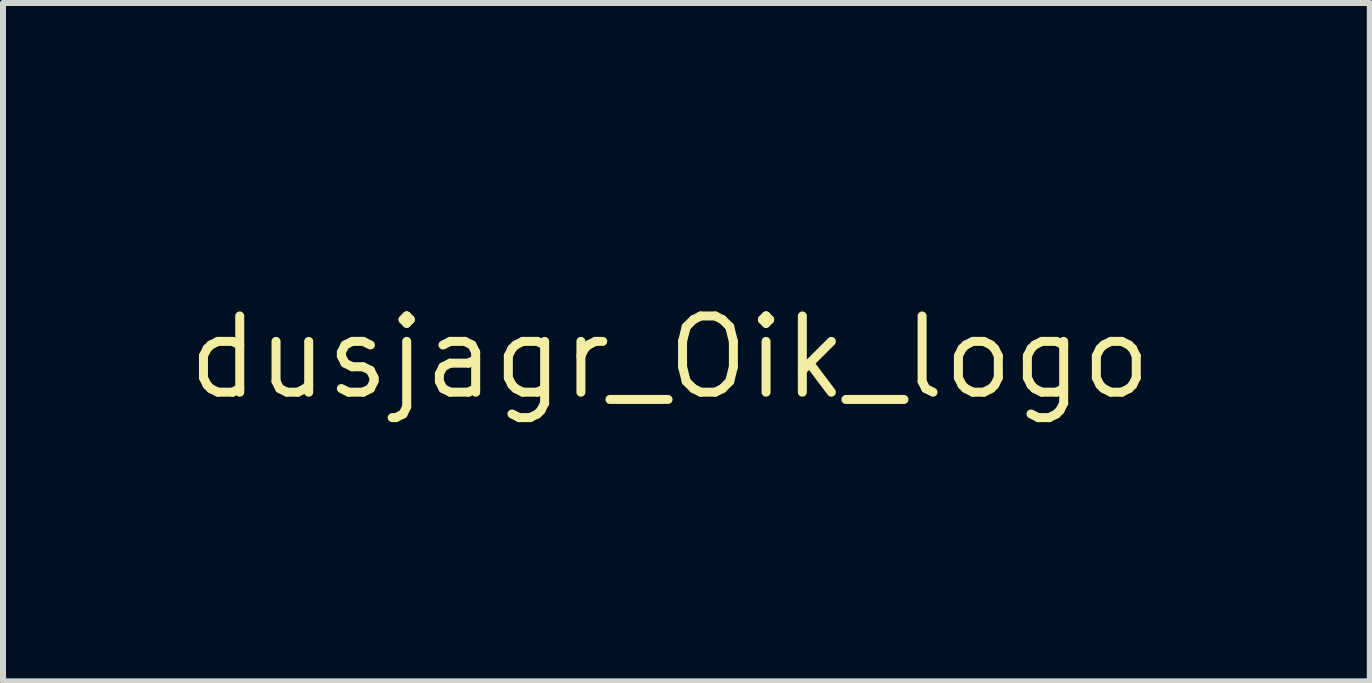
<source format=kicad_pcb>
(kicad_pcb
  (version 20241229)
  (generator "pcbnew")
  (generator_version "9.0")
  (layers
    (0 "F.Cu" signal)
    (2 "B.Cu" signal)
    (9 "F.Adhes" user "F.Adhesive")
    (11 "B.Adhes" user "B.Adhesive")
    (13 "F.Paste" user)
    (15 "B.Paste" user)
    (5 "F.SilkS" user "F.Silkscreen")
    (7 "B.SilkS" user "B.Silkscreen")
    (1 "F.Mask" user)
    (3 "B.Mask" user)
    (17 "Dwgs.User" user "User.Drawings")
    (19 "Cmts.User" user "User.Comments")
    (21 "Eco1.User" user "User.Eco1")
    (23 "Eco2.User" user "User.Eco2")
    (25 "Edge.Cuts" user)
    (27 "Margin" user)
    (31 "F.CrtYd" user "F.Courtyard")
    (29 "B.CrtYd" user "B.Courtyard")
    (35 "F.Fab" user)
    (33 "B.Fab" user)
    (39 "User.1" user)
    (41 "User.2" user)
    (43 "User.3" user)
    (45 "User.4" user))
  (footprint "dusjagr_Oik_logo"
    (layer "F.Cu")
    (at 8.111 2.905)
    (property "Reference" "dusjagr_Oik_logo" (at 0 0 0) (layer "F.SilkS") (effects (font (size 1.27 1.27) (thickness 0.15))))
    (attr through_hole)
    (fp_poly (pts (xy -6.731 2.36) (xy -6.742 2.371) (xy -6.752 2.36) (xy -6.742 2.349) (xy -6.731 2.36)) (stroke (width 0.01) (type solid)) (fill yes) (layer "F.Mask"))
    (fp_poly (pts (xy -4.995 2.339) (xy -5.006 2.349) (xy -5.016 2.339) (xy -5.006 2.328) (xy -4.995 2.339)) (stroke (width 0.01) (type solid)) (fill yes) (layer "F.Mask"))
    (fp_poly (pts (xy -4.233 2.318) (xy -4.244 2.328) (xy -4.255 2.318) (xy -4.244 2.307) (xy -4.233 2.318)) (stroke (width 0.01) (type solid)) (fill yes) (layer "F.Mask"))
    (fp_poly (pts (xy -4.212 2.148) (xy -4.223 2.159) (xy -4.233 2.148) (xy -4.223 2.138) (xy -4.212 2.148)) (stroke (width 0.01) (type solid)) (fill yes) (layer "F.Mask"))
    (fp_poly (pts (xy -3.662 1.175) (xy -3.672 1.185) (xy -3.683 1.175) (xy -3.672 1.164) (xy -3.662 1.175)) (stroke (width 0.01) (type solid)) (fill yes) (layer "F.Mask"))
    (fp_poly (pts (xy -2.752 -2.095) (xy -2.963 -2.095) (xy -2.963 -2.9) (xy -2.752 -2.9) (xy -2.752 -2.095)) (stroke (width 0.01) (type solid)) (fill yes) (layer "F.Mask"))
    (fp_poly (pts (xy -2.265 1.196) (xy -2.275 1.206) (xy -2.286 1.196) (xy -2.275 1.185) (xy -2.265 1.196)) (stroke (width 0.01) (type solid)) (fill yes) (layer "F.Mask"))
    (fp_poly (pts (xy -2.138 0.55) (xy -2.561 0.55) (xy -2.561 0.36) (xy -2.138 0.36) (xy -2.138 0.55)) (stroke (width 0.01) (type solid)) (fill yes) (layer "F.Mask"))
    (fp_poly (pts (xy -0.72 -2.498) (xy -0.931 -2.498) (xy -0.931 -2.688) (xy -0.72 -2.688) (xy -0.72 -2.498)) (stroke (width 0.01) (type solid)) (fill yes) (layer "F.Mask"))
    (fp_poly (pts (xy -0.529 -2.286) (xy -0.72 -2.286) (xy -0.72 -2.498) (xy -0.529 -2.498) (xy -0.529 -2.286)) (stroke (width 0.01) (type solid)) (fill yes) (layer "F.Mask"))
    (fp_poly (pts (xy -0.318 -2.688) (xy -0.72 -2.688) (xy -0.72 -2.9) (xy -0.318 -2.9) (xy -0.318 -2.688)) (stroke (width 0.01) (type solid)) (fill yes) (layer "F.Mask"))
    (fp_poly (pts (xy -0.318 -1.884) (xy -0.529 -1.884) (xy -0.529 -2.286) (xy -0.318 -2.286) (xy -0.318 -1.884)) (stroke (width 0.01) (type solid)) (fill yes) (layer "F.Mask"))
    (fp_poly (pts (xy 2.117 -1.672) (xy 1.926 -1.672) (xy 1.926 -2.688) (xy 2.117 -2.688) (xy 2.117 -1.672)) (stroke (width 0.01) (type solid)) (fill yes) (layer "F.Mask"))
    (fp_poly (pts (xy 2.455 2.339) (xy 2.445 2.349) (xy 2.434 2.339) (xy 2.445 2.328) (xy 2.455 2.339)) (stroke (width 0.01) (type solid)) (fill yes) (layer "F.Mask"))
    (fp_poly (pts (xy 2.54 1.154) (xy 2.529 1.164) (xy 2.519 1.154) (xy 2.529 1.143) (xy 2.54 1.154)) (stroke (width 0.01) (type solid)) (fill yes) (layer "F.Mask"))
    (fp_poly (pts (xy 4.36 -1.672) (xy 4.149 -1.672) (xy 4.149 -1.905) (xy 4.36 -1.905) (xy 4.36 -1.672)) (stroke (width 0.01) (type solid)) (fill yes) (layer "F.Mask"))
    (fp_poly (pts (xy -2.349 -0.064) (xy -2.563 -0.064) (xy -2.551 -0.455) (xy -2.45 -0.462) (xy -2.349 -0.468) (xy -2.349 -0.064)) (stroke (width 0.01) (type solid)) (fill yes) (layer "F.Mask"))
    (fp_poly (pts (xy -5.19 0.249) (xy -5.196 0.349) (xy -5.392 0.355) (xy -5.588 0.361) (xy -5.588 0.148) (xy -5.184 0.148) (xy -5.19 0.249)) (stroke (width 0.01) (type solid)) (fill yes) (layer "F.Mask"))
    (fp_poly (pts (xy -1.233 -2.091) (xy -1.132 -2.085) (xy -1.132 -1.683) (xy -1.233 -1.676) (xy -1.333 -1.67) (xy -1.333 -2.098) (xy -1.233 -2.091)) (stroke (width 0.01) (type solid)) (fill yes) (layer "F.Mask"))
    (fp_poly (pts (xy 1.922 -0.767) (xy 1.916 -0.667) (xy 1.815 -0.66) (xy 1.714 -0.654) (xy 1.714 -0.868) (xy 1.928 -0.868) (xy 1.922 -0.767)) (stroke (width 0.01) (type solid)) (fill yes) (layer "F.Mask"))
    (fp_poly (pts (xy 7.867 1.044) (xy 7.864 1.057) (xy 7.853 1.058) (xy 7.835 1.051) (xy 7.839 1.044) (xy 7.864 1.042) (xy 7.867 1.044)) (stroke (width 0.01) (type solid)) (fill yes) (layer "F.Mask"))
    (fp_poly (pts (xy -1.947 0.36) (xy -2.138 0.36) (xy -2.138 0.148) (xy -2.349 0.148) (xy -2.349 -0.064) (xy -2.138 -0.064) (xy -2.138 -0.466) (xy -1.947 -0.466) (xy -1.947 0.36)) (stroke (width 0.01) (type solid)) (fill yes) (layer "F.Mask"))
    (fp_poly (pts (xy 0.085 0.148) (xy 0.296 0.148) (xy 0.296 -0.466) (xy 0.487 -0.466) (xy 0.487 0.36) (xy -0.106 0.36) (xy -0.106 -0.466) (xy 0.085 -0.466) (xy 0.085 0.148)) (stroke (width 0.01) (type solid)) (fill yes) (layer "F.Mask"))
    (fp_poly (pts (xy 6.371 1.365) (xy 6.391 1.384) (xy 6.392 1.388) (xy 6.376 1.397) (xy 6.371 1.397) (xy 6.351 1.381) (xy 6.35 1.375) (xy 6.363 1.362) (xy 6.371 1.365)) (stroke (width 0.01) (type solid)) (fill yes) (layer "F.Mask"))
    (fp_poly (pts (xy -5.19 -0.767) (xy -5.196 -0.667) (xy -5.392 -0.661) (xy -5.588 -0.655) (xy -5.588 0.148) (xy -5.8 0.148) (xy -5.8 -0.656) (xy -5.588 -0.656) (xy -5.588 -0.868) (xy -5.184 -0.868) (xy -5.19 -0.767)) (stroke (width 0.01) (type solid)) (fill yes) (layer "F.Mask"))
    (fp_poly (pts (xy -3.154 -2.095) (xy -2.963 -2.095) (xy -2.963 -1.884) (xy -3.152 -1.884) (xy -3.158 -1.783) (xy -3.164 -1.683) (xy -3.265 -1.676) (xy -3.365 -1.67) (xy -3.365 -2.9) (xy -3.154 -2.9) (xy -3.154 -2.095)) (stroke (width 0.01) (type solid)) (fill yes) (layer "F.Mask"))
    (fp_poly (pts (xy 1.815 -0.462) (xy 1.916 -0.455) (xy 1.916 0.349) (xy 1.815 0.356) (xy 1.714 0.362) (xy 1.714 0.55) (xy 1.503 0.55) (xy 1.503 0.36) (xy 1.714 0.36) (xy 1.714 -0.468) (xy 1.815 -0.462)) (stroke (width 0.01) (type solid)) (fill yes) (layer "F.Mask"))
    (fp_poly (pts (xy -0.529 -1.672) (xy -0.716 -1.672) (xy -0.801 -1.674) (xy -0.87 -1.678) (xy -0.911 -1.683) (xy -0.917 -1.686) (xy -0.926 -1.714) (xy -0.931 -1.768) (xy -0.931 -1.792) (xy -0.931 -1.884) (xy -0.529 -1.884) (xy -0.529 -1.672)) (stroke (width 0.01) (type solid)) (fill yes) (layer "F.Mask"))
    (fp_poly (pts (xy 0.487 -2.688) (xy 0.296 -2.688) (xy 0.296 -1.884) (xy 0.487 -1.884) (xy 0.487 -1.672) (xy -0.106 -1.672) (xy -0.106 -1.884) (xy 0.085 -1.884) (xy 0.085 -2.688) (xy -0.106 -2.688) (xy -0.106 -2.9) (xy 0.487 -2.9) (xy 0.487 -2.688)) (stroke (width 0.01) (type solid)) (fill yes) (layer "F.Mask"))
    (fp_poly (pts (xy 4.17 -0.275) (xy 4.339 -0.275) (xy 4.339 -0.466) (xy 4.572 -0.466) (xy 4.572 -0.254) (xy 4.36 -0.254) (xy 4.36 -0.042) (xy 4.17 -0.042) (xy 4.17 0.36) (xy 3.937 0.36) (xy 3.937 -0.466) (xy 4.17 -0.466) (xy 4.17 -0.275)) (stroke (width 0.01) (type solid)) (fill yes) (layer "F.Mask"))
    (fp_poly (pts (xy 7.62 0.127) (xy 7.811 0.127) (xy 7.811 0.36) (xy 7.197 0.36) (xy 7.197 0.127) (xy 7.387 0.127) (xy 7.387 -0.254) (xy 7.197 -0.254) (xy 7.197 -0.466) (xy 7.387 -0.466) (xy 7.387 -0.677) (xy 7.62 -0.677) (xy 7.62 0.127)) (stroke (width 0.01) (type solid)) (fill yes) (layer "F.Mask"))
    (fp_poly (pts (xy 5.186 -1.905) (xy 5.376 -1.905) (xy 5.376 -1.672) (xy 4.739 -1.672) (xy 4.752 -1.894) (xy 4.852 -1.901) (xy 4.953 -1.907) (xy 4.953 -2.286) (xy 4.741 -2.286) (xy 4.741 -2.498) (xy 4.953 -2.498) (xy 4.953 -2.709) (xy 5.186 -2.709) (xy 5.186 -1.905)) (stroke (width 0.01) (type solid)) (fill yes) (layer "F.Mask"))
    (fp_poly (pts (xy -0.318 0.36) (xy -0.72 0.36) (xy -0.72 0.148) (xy -0.931 0.148) (xy -0.931 -0.254) (xy -0.72 -0.254) (xy -0.72 0.148) (xy -0.529 0.148) (xy -0.529 -0.254) (xy -0.72 -0.254) (xy -0.72 -0.466) (xy -0.529 -0.466) (xy -0.529 -0.868) (xy -0.318 -0.868) (xy -0.318 0.36)) (stroke (width 0.01) (type solid)) (fill yes) (layer "F.Mask"))
    (fp_poly (pts (xy 2.942 0.36) (xy 2.519 0.36) (xy 2.519 0.148) (xy 2.328 0.148) (xy 2.328 -0.254) (xy 2.519 -0.254) (xy 2.54 -0.254) (xy 2.54 0.127) (xy 2.709 0.127) (xy 2.709 -0.254) (xy 2.54 -0.254) (xy 2.519 -0.254) (xy 2.519 -0.466) (xy 2.942 -0.466) (xy 2.942 0.36)) (stroke (width 0.01) (type solid)) (fill yes) (layer "F.Mask"))
    (fp_poly (pts (xy 1.312 -2.688) (xy 1.312 -1.884) (xy 1.101 -1.884) (xy 1.101 -1.672) (xy 0.91 -1.672) (xy 0.91 -1.884) (xy 0.699 -1.884) (xy 0.699 -2.688) (xy 0.91 -2.688) (xy 0.91 -1.884) (xy 1.101 -1.884) (xy 1.101 -2.688) (xy 0.91 -2.688) (xy 0.91 -2.9) (xy 1.101 -2.9) (xy 1.101 -2.688) (xy 1.312 -2.688)) (stroke (width 0.01) (type solid)) (fill yes) (layer "F.Mask"))
    (fp_poly (pts (xy 1.926 -2.688) (xy 1.714 -2.688) (xy 1.714 -1.672) (xy 1.623 -1.672) (xy 1.563 -1.675) (xy 1.524 -1.683) (xy 1.517 -1.686) (xy 1.513 -1.71) (xy 1.51 -1.771) (xy 1.507 -1.863) (xy 1.505 -1.981) (xy 1.503 -2.12) (xy 1.503 -2.273) (xy 1.503 -2.3) (xy 1.503 -2.9) (xy 1.926 -2.9) (xy 1.926 -2.688)) (stroke (width 0.01) (type solid)) (fill yes) (layer "F.Mask"))
    (fp_poly (pts (xy -2.752 -0.254) (xy -2.752 0.148) (xy -2.963 0.148) (xy -2.963 0.36) (xy -3.365 0.36) (xy -3.365 -0.254) (xy -3.154 -0.254) (xy -3.154 0.148) (xy -2.963 0.148) (xy -2.963 -0.254) (xy -3.154 -0.254) (xy -3.365 -0.254) (xy -3.365 -0.868) (xy -3.154 -0.868) (xy -3.154 -0.466) (xy -2.963 -0.466) (xy -2.963 -0.254) (xy -2.752 -0.254)) (stroke (width 0.01) (type solid)) (fill yes) (layer "F.Mask"))
    (fp_poly (pts (xy -6.011 -0.656) (xy -6.011 -0.254) (xy -6.202 -0.254) (xy -6.202 -0.066) (xy -6.302 -0.059) (xy -6.403 -0.053) (xy -6.415 0.36) (xy -6.604 0.36) (xy -6.604 -0.656) (xy -6.413 -0.656) (xy -6.413 -0.254) (xy -6.202 -0.254) (xy -6.202 -0.656) (xy -6.413 -0.656) (xy -6.604 -0.656) (xy -6.604 -0.868) (xy -6.202 -0.868) (xy -6.202 -0.656) (xy -6.011 -0.656)) (stroke (width 0.01) (type solid)) (fill yes) (layer "F.Mask"))
    (fp_poly (pts (xy 5.99 -0.466) (xy 6.202 -0.466) (xy 6.202 -0.254) (xy 5.99 -0.254) (xy 5.99 -0.042) (xy 5.779 -0.042) (xy 5.779 0.125) (xy 6.191 0.138) (xy 6.198 0.249) (xy 6.204 0.36) (xy 5.567 0.36) (xy 5.567 -0.064) (xy 5.757 -0.064) (xy 5.757 -0.275) (xy 5.969 -0.275) (xy 5.969 -0.445) (xy 5.567 -0.445) (xy 5.567 -0.677) (xy 5.99 -0.677) (xy 5.99 -0.466)) (stroke (width 0.01) (type solid)) (fill yes) (layer "F.Mask"))
    (fp_poly (pts (xy 3.747 0.36) (xy 3.556 0.36) (xy 3.556 0.572) (xy 3.133 0.572) (xy 3.133 0.339) (xy 3.535 0.339) (xy 3.535 0.148) (xy 3.323 0.148) (xy 3.323 -0.042) (xy 3.133 -0.042) (xy 3.133 -0.254) (xy 3.344 -0.254) (xy 3.344 -0.064) (xy 3.535 -0.064) (xy 3.535 -0.254) (xy 3.344 -0.254) (xy 3.133 -0.254) (xy 3.133 -0.275) (xy 3.323 -0.275) (xy 3.323 -0.466) (xy 3.747 -0.466) (xy 3.747 0.36)) (stroke (width 0.01) (type solid)) (fill yes) (layer "F.Mask"))
    (fp_poly (pts (xy 1.312 -0.254) (xy 1.101 -0.254) (xy 1.101 -0.066) (xy 1.201 -0.059) (xy 1.302 -0.053) (xy 1.308 0.048) (xy 1.315 0.148) (xy 1.101 0.148) (xy 1.101 0.36) (xy 0.699 0.36) (xy 0.699 0.148) (xy 0.912 0.148) (xy 0.906 0.048) (xy 0.9 -0.053) (xy 0.799 -0.059) (xy 0.699 -0.066) (xy 0.699 -0.252) (xy 0.799 -0.258) (xy 0.9 -0.265) (xy 0.906 -0.365) (xy 0.912 -0.466) (xy 1.312 -0.466) (xy 1.312 -0.254)) (stroke (width 0.01) (type solid)) (fill yes) (layer "F.Mask"))
    (fp_poly (pts (xy 8.424 -0.466) (xy 8.636 -0.466) (xy 8.636 0.148) (xy 8.424 0.148) (xy 8.424 0.36) (xy 8.001 0.36) (xy 8.001 0.127) (xy 8.403 0.127) (xy 8.403 -0.042) (xy 8.213 -0.042) (xy 8.213 -0.254) (xy 8.001 -0.254) (xy 8.001 -0.445) (xy 8.213 -0.445) (xy 8.213 -0.275) (xy 8.403 -0.275) (xy 8.403 -0.445) (xy 8.213 -0.445) (xy 8.001 -0.445) (xy 8.001 -0.466) (xy 8.213 -0.466) (xy 8.213 -0.677) (xy 8.424 -0.677) (xy 8.424 -0.466)) (stroke (width 0.01) (type solid)) (fill yes) (layer "F.Mask"))
    (fp_poly (pts (xy -1.947 -2.688) (xy -2.349 -2.688) (xy -2.349 -2.498) (xy -2.138 -2.498) (xy -2.138 -2.286) (xy -2.349 -2.286) (xy -2.349 -1.884) (xy -1.947 -1.884) (xy -1.947 -1.672) (xy -2.24 -1.672) (xy -2.347 -1.673) (xy -2.439 -1.676) (xy -2.507 -1.68) (xy -2.544 -1.685) (xy -2.547 -1.686) (xy -2.551 -1.71) (xy -2.554 -1.771) (xy -2.557 -1.863) (xy -2.559 -1.981) (xy -2.561 -2.12) (xy -2.561 -2.273) (xy -2.561 -2.3) (xy -2.561 -2.9) (xy -1.947 -2.9) (xy -1.947 -2.688)) (stroke (width 0.01) (type solid)) (fill yes) (layer "F.Mask"))
    (fp_poly (pts (xy -1.122 -2.688) (xy -1.122 -2.286) (xy -1.333 -2.286) (xy -1.333 -2.098) (xy -1.434 -2.091) (xy -1.535 -2.085) (xy -1.541 -1.879) (xy -1.547 -1.672) (xy -1.736 -1.672) (xy -1.736 -2.688) (xy -1.545 -2.688) (xy -1.545 -2.501) (xy -1.544 -2.416) (xy -1.54 -2.348) (xy -1.534 -2.307) (xy -1.531 -2.3) (xy -1.503 -2.291) (xy -1.449 -2.286) (xy -1.425 -2.286) (xy -1.333 -2.286) (xy -1.333 -2.688) (xy -1.545 -2.688) (xy -1.736 -2.688) (xy -1.736 -2.9) (xy -1.333 -2.9) (xy -1.333 -2.688) (xy -1.122 -2.688)) (stroke (width 0.01) (type solid)) (fill yes) (layer "F.Mask"))
    (fp_poly (pts (xy 3.556 -2.498) (xy 3.747 -2.498) (xy 3.747 -1.884) (xy 3.556 -1.884) (xy 3.556 -1.672) (xy 3.323 -1.672) (xy 3.323 -1.884) (xy 3.133 -1.884) (xy 3.133 -2.074) (xy 3.344 -2.074) (xy 3.344 -1.905) (xy 3.535 -1.905) (xy 3.535 -2.074) (xy 3.344 -2.074) (xy 3.133 -2.074) (xy 3.133 -2.477) (xy 3.344 -2.477) (xy 3.344 -2.307) (xy 3.535 -2.307) (xy 3.535 -2.477) (xy 3.344 -2.477) (xy 3.133 -2.477) (xy 3.133 -2.498) (xy 3.323 -2.498) (xy 3.323 -2.709) (xy 3.556 -2.709) (xy 3.556 -2.498)) (stroke (width 0.01) (type solid)) (fill yes) (layer "F.Mask"))
    (fp_poly (pts (xy -4.381 -0.254) (xy -4.381 0.148) (xy -4.57 0.148) (xy -4.583 0.349) (xy -4.774 0.355) (xy -4.86 0.356) (xy -4.93 0.354) (xy -4.973 0.35) (xy -4.98 0.346) (xy -4.984 0.322) (xy -4.988 0.261) (xy -4.991 0.169) (xy -4.993 0.051) (xy -4.995 -0.088) (xy -4.995 -0.241) (xy -4.995 -0.254) (xy -4.784 -0.254) (xy -4.784 0.148) (xy -4.572 0.148) (xy -4.572 -0.254) (xy -4.784 -0.254) (xy -4.995 -0.254) (xy -4.995 -0.268) (xy -4.995 -0.656) (xy -4.784 -0.656) (xy -4.784 -0.466) (xy -4.572 -0.466) (xy -4.572 -0.656) (xy -4.784 -0.656) (xy -4.995 -0.656) (xy -4.995 -0.868) (xy -4.572 -0.868) (xy -4.572 -0.656) (xy -4.381 -0.656) (xy -4.381 -0.466) (xy -4.572 -0.466) (xy -4.572 -0.254) (xy -4.381 -0.254)) (stroke (width 0.01) (type solid)) (fill yes) (layer "F.Mask"))
    (fp_poly (pts (xy 6.795 -0.466) (xy 7.006 -0.466) (xy 7.006 0.148) (xy 6.795 0.148) (xy 6.795 0.36) (xy 6.583 0.36) (xy 6.583 0.148) (xy 6.371 0.148) (xy 6.371 0.042) (xy 6.604 0.042) (xy 6.606 0.097) (xy 6.62 0.121) (xy 6.659 0.127) (xy 6.689 0.127) (xy 6.743 0.125) (xy 6.767 0.111) (xy 6.773 0.072) (xy 6.773 0.042) (xy 6.771 -0.012) (xy 6.757 -0.036) (xy 6.718 -0.042) (xy 6.689 -0.042) (xy 6.634 -0.04) (xy 6.61 -0.026) (xy 6.604 0.013) (xy 6.604 0.042) (xy 6.371 0.042) (xy 6.371 -0.36) (xy 6.604 -0.36) (xy 6.606 -0.306) (xy 6.62 -0.282) (xy 6.659 -0.275) (xy 6.689 -0.275) (xy 6.743 -0.277) (xy 6.767 -0.291) (xy 6.773 -0.33) (xy 6.773 -0.36) (xy 6.771 -0.414) (xy 6.757 -0.438) (xy 6.718 -0.444) (xy 6.689 -0.445) (xy 6.634 -0.442) (xy 6.61 -0.428) (xy 6.604 -0.39) (xy 6.604 -0.36) (xy 6.371 -0.36) (xy 6.371 -0.466) (xy 6.583 -0.466) (xy 6.583 -0.677) (xy 6.795 -0.677) (xy 6.795 -0.466)) (stroke (width 0.01) (type solid)) (fill yes) (layer "F.Mask"))
    (fp_poly (pts (xy 5.786 1.065) (xy 5.83 1.076) (xy 5.847 1.094) (xy 5.847 1.095) (xy 5.858 1.12) (xy 5.869 1.122) (xy 5.885 1.142) (xy 5.903 1.204) (xy 5.923 1.308) (xy 5.933 1.371) (xy 5.953 1.492) (xy 5.977 1.636) (xy 6.003 1.786) (xy 6.026 1.916) (xy 6.052 2.054) (xy 6.07 2.157) (xy 6.08 2.229) (xy 6.08 2.276) (xy 6.071 2.302) (xy 6.052 2.314) (xy 6.021 2.318) (xy 5.98 2.318) (xy 5.874 2.318) (xy 5.836 2.053) (xy 5.677 2.053) (xy 5.652 2.191) (xy 5.626 2.328) (xy 5.413 2.328) (xy 5.419 2.297) (xy 5.461 2.297) (xy 5.472 2.307) (xy 5.482 2.297) (xy 5.472 2.286) (xy 5.461 2.297) (xy 5.419 2.297) (xy 5.425 2.26) (xy 5.449 2.125) (xy 5.474 1.978) (xy 5.5 1.826) (xy 5.51 1.762) (xy 5.717 1.762) (xy 5.719 1.815) (xy 5.734 1.837) (xy 5.76 1.841) (xy 5.789 1.836) (xy 5.797 1.81) (xy 5.793 1.773) (xy 5.782 1.709) (xy 5.77 1.63) (xy 5.765 1.598) (xy 5.749 1.492) (xy 5.733 1.587) (xy 5.723 1.668) (xy 5.717 1.747) (xy 5.717 1.762) (xy 5.51 1.762) (xy 5.525 1.676) (xy 5.548 1.535) (xy 5.568 1.41) (xy 5.585 1.308) (xy 5.596 1.237) (xy 5.599 1.213) (xy 5.612 1.146) (xy 5.63 1.095) (xy 5.641 1.079) (xy 5.677 1.065) (xy 5.731 1.061) (xy 5.786 1.065)) (stroke (width 0.01) (type solid)) (fill yes) (layer "F.Mask"))
    (fp_poly (pts (xy -5.626 1.175) (xy -5.529 1.177) (xy -5.464 1.184) (xy -5.418 1.198) (xy -5.382 1.22) (xy -5.322 1.289) (xy -5.285 1.384) (xy -5.271 1.495) (xy -5.28 1.611) (xy -5.314 1.723) (xy -5.359 1.804) (xy -5.37 1.829) (xy -5.371 1.868) (xy -5.362 1.93) (xy -5.341 2.022) (xy -5.338 2.033) (xy -5.319 2.119) (xy -5.306 2.189) (xy -5.301 2.234) (xy -5.302 2.244) (xy -5.299 2.269) (xy -5.292 2.275) (xy -5.279 2.3) (xy -5.281 2.307) (xy -5.277 2.333) (xy -5.271 2.339) (xy -5.255 2.361) (xy -5.275 2.379) (xy -5.325 2.39) (xy -5.365 2.392) (xy -5.456 2.392) (xy -5.505 2.138) (xy -5.526 2.031) (xy -5.542 1.96) (xy -5.556 1.916) (xy -5.571 1.893) (xy -5.589 1.885) (xy -5.604 1.884) (xy -5.653 1.884) (xy -5.639 2.138) (xy -5.625 2.392) (xy -5.824 2.392) (xy -5.819 2.175) (xy -5.815 2.083) (xy -5.808 2.008) (xy -5.8 1.959) (xy -5.794 1.945) (xy -5.787 1.917) (xy -5.798 1.887) (xy -5.808 1.843) (xy -5.815 1.759) (xy -5.817 1.635) (xy -5.816 1.524) (xy -5.63 1.524) (xy -5.63 1.693) (xy -5.568 1.693) (xy -5.508 1.678) (xy -5.483 1.652) (xy -5.465 1.591) (xy -5.462 1.515) (xy -5.473 1.443) (xy -5.496 1.393) (xy -5.543 1.363) (xy -5.581 1.355) (xy -5.605 1.357) (xy -5.62 1.369) (xy -5.627 1.4) (xy -5.63 1.459) (xy -5.63 1.524) (xy -5.816 1.524) (xy -5.816 1.509) (xy -5.81 1.175) (xy -5.626 1.175)) (stroke (width 0.01) (type solid)) (fill yes) (layer "F.Mask"))
    (fp_poly (pts (xy -4.638 1.236) (xy -4.643 1.328) (xy -4.729 1.327) (xy -4.815 1.325) (xy -4.827 1.438) (xy -4.831 1.509) (xy -4.833 1.611) (xy -4.834 1.733) (xy -4.833 1.866) (xy -4.83 1.998) (xy -4.826 2.117) (xy -4.821 2.215) (xy -4.818 2.254) (xy -4.814 2.309) (xy -4.815 2.335) (xy -4.818 2.334) (xy -4.842 2.309) (xy -4.85 2.307) (xy -4.861 2.32) (xy -4.858 2.328) (xy -4.863 2.346) (xy -4.878 2.349) (xy -4.907 2.34) (xy -4.911 2.331) (xy -4.928 2.316) (xy -4.948 2.315) (xy -4.977 2.304) (xy -4.979 2.281) (xy -4.983 2.25) (xy -4.994 2.244) (xy -5.008 2.225) (xy -5.016 2.178) (xy -5.016 2.159) (xy -5.012 2.106) (xy -5 2.076) (xy -4.995 2.074) (xy -4.981 2.056) (xy -4.974 2.011) (xy -4.974 2.01) (xy -4.979 1.968) (xy -4.991 1.956) (xy -4.993 1.956) (xy -5.001 1.944) (xy -5.003 1.899) (xy -5.001 1.846) (xy -4.994 1.758) (xy -4.988 1.653) (xy -4.984 1.577) (xy -4.979 1.493) (xy -4.971 1.419) (xy -4.964 1.374) (xy -4.958 1.336) (xy -4.974 1.325) (xy -5.015 1.329) (xy -5.065 1.329) (xy -5.08 1.312) (xy -5.095 1.296) (xy -5.112 1.299) (xy -5.14 1.29) (xy -5.171 1.256) (xy -5.194 1.213) (xy -5.197 1.196) (xy -5.038 1.196) (xy -5.027 1.206) (xy -5.016 1.196) (xy -5.027 1.185) (xy -5.038 1.196) (xy -5.197 1.196) (xy -5.2 1.174) (xy -5.197 1.166) (xy -5.173 1.159) (xy -5.115 1.153) (xy -5.03 1.148) (xy -4.929 1.146) (xy -4.91 1.146) (xy -4.634 1.144) (xy -4.638 1.236)) (stroke (width 0.01) (type solid)) (fill yes) (layer "F.Mask"))
    (fp_poly (pts (xy 6.47 1.028) (xy 6.566 1.068) (xy 6.641 1.141) (xy 6.691 1.242) (xy 6.702 1.287) (xy 6.709 1.336) (xy 6.708 1.363) (xy 6.707 1.364) (xy 6.683 1.372) (xy 6.632 1.382) (xy 6.6 1.387) (xy 6.54 1.394) (xy 6.508 1.389) (xy 6.492 1.365) (xy 6.482 1.33) (xy 6.462 1.28) (xy 6.431 1.26) (xy 6.406 1.257) (xy 6.349 1.271) (xy 6.327 1.295) (xy 6.313 1.338) (xy 6.312 1.382) (xy 6.321 1.414) (xy 6.338 1.418) (xy 6.359 1.428) (xy 6.381 1.465) (xy 6.381 1.465) (xy 6.406 1.506) (xy 6.453 1.567) (xy 6.513 1.635) (xy 6.536 1.661) (xy 6.615 1.747) (xy 6.666 1.817) (xy 6.696 1.883) (xy 6.71 1.956) (xy 6.713 2.037) (xy 6.7 2.163) (xy 6.66 2.256) (xy 6.592 2.319) (xy 6.493 2.355) (xy 6.408 2.366) (xy 6.332 2.369) (xy 6.283 2.362) (xy 6.244 2.343) (xy 6.213 2.318) (xy 6.413 2.318) (xy 6.424 2.328) (xy 6.435 2.318) (xy 6.424 2.307) (xy 6.413 2.318) (xy 6.213 2.318) (xy 6.208 2.314) (xy 6.161 2.256) (xy 6.117 2.175) (xy 6.086 2.09) (xy 6.075 2.023) (xy 6.093 1.999) (xy 6.133 1.982) (xy 6.195 1.968) (xy 6.236 1.957) (xy 6.267 1.954) (xy 6.285 1.977) (xy 6.295 2.019) (xy 6.321 2.093) (xy 6.36 2.143) (xy 6.403 2.159) (xy 6.449 2.14) (xy 6.484 2.094) (xy 6.498 2.036) (xy 6.487 1.981) (xy 6.461 1.921) (xy 6.427 1.87) (xy 6.394 1.843) (xy 6.385 1.841) (xy 6.36 1.826) (xy 6.318 1.785) (xy 6.268 1.727) (xy 6.216 1.663) (xy 6.172 1.601) (xy 6.144 1.556) (xy 6.128 1.51) (xy 6.113 1.442) (xy 6.107 1.405) (xy 6.108 1.284) (xy 6.142 1.179) (xy 6.206 1.096) (xy 6.296 1.042) (xy 6.359 1.026) (xy 6.47 1.028)) (stroke (width 0.01) (type solid)) (fill yes) (layer "F.Mask"))
    (fp_poly (pts (xy 2.453 1.137) (xy 2.463 1.185) (xy 2.453 1.237) (xy 2.446 1.297) (xy 2.458 1.326) (xy 2.471 1.367) (xy 2.468 1.392) (xy 2.47 1.438) (xy 2.486 1.472) (xy 2.509 1.522) (xy 2.518 1.583) (xy 2.513 1.639) (xy 2.495 1.675) (xy 2.487 1.68) (xy 2.466 1.706) (xy 2.469 1.726) (xy 2.484 1.747) (xy 2.499 1.734) (xy 2.51 1.73) (xy 2.512 1.762) (xy 2.504 1.799) (xy 2.492 1.806) (xy 2.48 1.816) (xy 2.477 1.84) (xy 2.467 1.875) (xy 2.454 1.884) (xy 2.449 1.896) (xy 2.467 1.92) (xy 2.488 1.951) (xy 2.48 1.964) (xy 2.466 1.983) (xy 2.478 2.013) (xy 2.489 2.056) (xy 2.485 2.078) (xy 2.483 2.092) (xy 2.492 2.088) (xy 2.517 2.092) (xy 2.527 2.108) (xy 2.535 2.145) (xy 2.539 2.2) (xy 2.54 2.259) (xy 2.537 2.31) (xy 2.531 2.34) (xy 2.526 2.342) (xy 2.518 2.314) (xy 2.515 2.259) (xy 2.516 2.222) (xy 2.515 2.162) (xy 2.508 2.124) (xy 2.501 2.117) (xy 2.485 2.134) (xy 2.482 2.154) (xy 2.481 2.233) (xy 2.474 2.279) (xy 2.458 2.301) (xy 2.43 2.307) (xy 2.422 2.307) (xy 2.386 2.313) (xy 2.379 2.325) (xy 2.373 2.34) (xy 2.361 2.342) (xy 2.345 2.332) (xy 2.335 2.294) (xy 2.331 2.225) (xy 2.331 2.184) (xy 2.332 2.104) (xy 2.333 2.085) (xy 2.349 2.085) (xy 2.36 2.095) (xy 2.371 2.085) (xy 2.36 2.074) (xy 2.349 2.085) (xy 2.333 2.085) (xy 2.336 2.041) (xy 2.342 2.006) (xy 2.343 2.004) (xy 2.35 1.974) (xy 2.355 1.918) (xy 2.358 1.85) (xy 2.358 1.781) (xy 2.355 1.726) (xy 2.35 1.696) (xy 2.347 1.693) (xy 2.338 1.674) (xy 2.333 1.625) (xy 2.331 1.557) (xy 2.332 1.483) (xy 2.336 1.414) (xy 2.343 1.363) (xy 2.35 1.343) (xy 2.365 1.306) (xy 2.376 1.245) (xy 2.378 1.218) (xy 2.384 1.156) (xy 2.398 1.127) (xy 2.417 1.122) (xy 2.453 1.137)) (stroke (width 0.01) (type solid)) (fill yes) (layer "F.Mask"))
    (fp_poly (pts (xy 0.39 1.084) (xy 0.399 1.107) (xy 0.393 1.138) (xy 0.382 1.19) (xy 0.377 1.222) (xy 0.364 1.247) (xy 0.358 1.249) (xy 0.349 1.266) (xy 0.351 1.3) (xy 0.35 1.345) (xy 0.338 1.366) (xy 0.325 1.394) (xy 0.328 1.418) (xy 0.328 1.456) (xy 0.318 1.471) (xy 0.301 1.5) (xy 0.296 1.537) (xy 0.288 1.591) (xy 0.268 1.656) (xy 0.263 1.668) (xy 0.248 1.714) (xy 0.239 1.777) (xy 0.233 1.864) (xy 0.232 1.982) (xy 0.232 2.037) (xy 0.235 2.328) (xy 0.14 2.328) (xy 0.079 2.324) (xy 0.038 2.312) (xy 0.031 2.305) (xy 0.027 2.281) (xy 0.052 2.281) (xy 0.072 2.284) (xy 0.1 2.28) (xy 0.1 2.273) (xy 0.074 2.268) (xy 0.133 2.268) (xy 0.141 2.281) (xy 0.148 2.286) (xy 0.192 2.306) (xy 0.211 2.293) (xy 0.212 2.286) (xy 0.194 2.27) (xy 0.164 2.265) (xy 0.133 2.268) (xy 0.074 2.268) (xy 0.072 2.268) (xy 0.06 2.272) (xy 0.052 2.281) (xy 0.027 2.281) (xy 0.026 2.275) (xy 0.026 2.214) (xy 0.03 2.133) (xy 0.033 2.099) (xy 0.042 1.973) (xy 0.044 1.876) (xy 0.038 1.798) (xy 0.022 1.725) (xy -0.002 1.653) (xy -0.023 1.586) (xy -0.034 1.532) (xy -0.033 1.51) (xy -0.033 1.485) (xy -0.039 1.482) (xy -0.05 1.463) (xy -0.066 1.412) (xy -0.082 1.342) (xy -0.082 1.339) (xy -0.098 1.256) (xy -0.112 1.183) (xy -0.121 1.138) (xy -0.124 1.097) (xy -0.106 1.082) (xy -0.066 1.079) (xy -0.014 1.088) (xy 0 1.111) (xy 0.011 1.139) (xy 0.021 1.143) (xy 0.037 1.162) (xy 0.058 1.21) (xy 0.076 1.265) (xy 0.097 1.333) (xy 0.114 1.385) (xy 0.122 1.406) (xy 0.136 1.403) (xy 0.154 1.375) (xy 0.169 1.338) (xy 0.173 1.307) (xy 0.173 1.307) (xy 0.184 1.291) (xy 0.185 1.291) (xy 0.198 1.273) (xy 0.205 1.229) (xy 0.216 1.196) (xy 0.233 1.196) (xy 0.243 1.206) (xy 0.254 1.196) (xy 0.243 1.185) (xy 0.233 1.196) (xy 0.216 1.196) (xy 0.228 1.158) (xy 0.277 1.105) (xy 0.341 1.08) (xy 0.352 1.079) (xy 0.39 1.084)) (stroke (width 0.01) (type solid)) (fill yes) (layer "F.Mask"))
    (fp_poly (pts (xy -2.639 1.169) (xy -2.554 1.18) (xy -2.494 1.206) (xy -2.45 1.248) (xy -2.443 1.259) (xy -2.405 1.345) (xy -2.386 1.45) (xy -2.385 1.561) (xy -2.402 1.665) (xy -2.436 1.748) (xy -2.455 1.773) (xy -2.477 1.8) (xy -2.486 1.829) (xy -2.483 1.872) (xy -2.47 1.942) (xy -2.467 1.955) (xy -2.45 2.029) (xy -2.434 2.088) (xy -2.424 2.117) (xy -2.413 2.153) (xy -2.409 2.209) (xy -2.409 2.213) (xy -2.405 2.262) (xy -2.396 2.286) (xy -2.394 2.286) (xy -2.382 2.304) (xy -2.375 2.34) (xy -2.377 2.377) (xy -2.394 2.38) (xy -2.406 2.374) (xy -2.453 2.365) (xy -2.501 2.372) (xy -2.544 2.382) (xy -2.561 2.382) (xy -2.561 2.382) (xy -2.565 2.359) (xy -2.576 2.305) (xy -2.59 2.23) (xy -2.608 2.145) (xy -2.625 2.059) (xy -2.641 1.983) (xy -2.653 1.927) (xy -2.657 1.909) (xy -2.679 1.871) (xy -2.705 1.867) (xy -2.729 1.892) (xy -2.746 1.949) (xy -2.755 2.032) (xy -2.754 2.13) (xy -2.743 2.228) (xy -2.735 2.295) (xy -2.731 2.342) (xy -2.733 2.358) (xy -2.767 2.37) (xy -2.823 2.378) (xy -2.879 2.378) (xy -2.897 2.376) (xy -2.919 2.37) (xy -2.934 2.358) (xy -2.941 2.331) (xy -2.942 2.281) (xy -2.94 2.2) (xy -2.938 2.153) (xy -2.932 2.045) (xy -2.922 1.971) (xy -2.909 1.934) (xy -2.905 1.932) (xy -2.891 1.909) (xy -2.9 1.873) (xy -2.907 1.835) (xy -2.909 1.81) (xy -2.857 1.81) (xy -2.847 1.82) (xy -2.836 1.81) (xy -2.847 1.799) (xy -2.857 1.81) (xy -2.909 1.81) (xy -2.913 1.763) (xy -2.918 1.666) (xy -2.921 1.569) (xy -2.751 1.569) (xy -2.748 1.633) (xy -2.741 1.673) (xy -2.738 1.679) (xy -2.699 1.693) (xy -2.648 1.688) (xy -2.607 1.666) (xy -2.605 1.663) (xy -2.581 1.613) (xy -2.566 1.54) (xy -2.564 1.466) (xy -2.569 1.432) (xy -2.595 1.393) (xy -2.642 1.36) (xy -2.694 1.341) (xy -2.733 1.346) (xy -2.742 1.371) (xy -2.748 1.425) (xy -2.751 1.496) (xy -2.751 1.569) (xy -2.921 1.569) (xy -2.921 1.554) (xy -2.922 1.499) (xy -2.925 1.175) (xy -2.757 1.169) (xy -2.639 1.169)) (stroke (width 0.01) (type solid)) (fill yes) (layer "F.Mask"))
    (fp_poly (pts (xy -0.634 1.04) (xy -0.539 1.044) (xy -0.481 1.051) (xy -0.455 1.062) (xy -0.453 1.072) (xy -0.446 1.092) (xy -0.425 1.095) (xy -0.372 1.109) (xy -0.316 1.15) (xy -0.271 1.207) (xy -0.25 1.263) (xy -0.249 1.306) (xy -0.257 1.321) (xy -0.258 1.32) (xy -0.274 1.325) (xy -0.275 1.331) (xy -0.26 1.361) (xy -0.255 1.364) (xy -0.244 1.391) (xy -0.237 1.445) (xy -0.236 1.482) (xy -0.24 1.54) (xy -0.249 1.573) (xy -0.256 1.576) (xy -0.27 1.584) (xy -0.275 1.613) (xy -0.275 1.669) (xy -0.275 1.699) (xy -0.271 1.779) (xy -0.262 1.822) (xy -0.249 1.828) (xy -0.238 1.838) (xy -0.235 1.877) (xy -0.232 1.944) (xy -0.222 1.998) (xy -0.214 2.039) (xy -0.224 2.047) (xy -0.232 2.043) (xy -0.249 2.043) (xy -0.254 2.077) (xy -0.253 2.109) (xy -0.25 2.183) (xy -0.254 2.224) (xy -0.267 2.241) (xy -0.281 2.244) (xy -0.311 2.26) (xy -0.335 2.288) (xy -0.374 2.322) (xy -0.405 2.321) (xy -0.436 2.32) (xy -0.437 2.339) (xy -0.443 2.364) (xy -0.462 2.37) (xy -0.503 2.373) (xy -0.568 2.377) (xy -0.603 2.38) (xy -0.68 2.382) (xy -0.749 2.378) (xy -0.771 2.374) (xy -0.833 2.36) (xy -0.831 1.838) (xy -0.633 1.838) (xy -0.631 1.877) (xy -0.627 1.9) (xy -0.619 1.973) (xy -0.614 2.057) (xy -0.614 2.08) (xy -0.612 2.14) (xy -0.603 2.17) (xy -0.579 2.179) (xy -0.556 2.18) (xy -0.502 2.173) (xy -0.469 2.162) (xy -0.451 2.127) (xy -0.44 2.054) (xy -0.437 2.002) (xy -0.439 1.914) (xy -0.452 1.86) (xy -0.484 1.832) (xy -0.538 1.821) (xy -0.569 1.821) (xy -0.615 1.823) (xy -0.633 1.838) (xy -0.831 1.838) (xy -0.831 1.714) (xy -0.83 1.553) (xy -0.83 1.545) (xy -0.628 1.545) (xy -0.625 1.584) (xy -0.624 1.589) (xy -0.593 1.605) (xy -0.542 1.607) (xy -0.492 1.597) (xy -0.47 1.583) (xy -0.455 1.547) (xy -0.447 1.485) (xy -0.445 1.411) (xy -0.45 1.341) (xy -0.461 1.29) (xy -0.471 1.274) (xy -0.511 1.252) (xy -0.553 1.238) (xy -0.607 1.225) (xy -0.622 1.397) (xy -0.627 1.479) (xy -0.628 1.545) (xy -0.83 1.545) (xy -0.83 1.405) (xy -0.829 1.276) (xy -0.828 1.196) (xy -0.529 1.196) (xy -0.519 1.206) (xy -0.508 1.196) (xy -0.519 1.185) (xy -0.529 1.196) (xy -0.828 1.196) (xy -0.828 1.172) (xy -0.828 1.097) (xy -0.827 1.057) (xy -0.827 1.052) (xy -0.807 1.045) (xy -0.754 1.04) (xy -0.677 1.039) (xy -0.634 1.04)) (stroke (width 0.01) (type solid)) (fill yes) (layer "F.Mask"))
    (fp_poly (pts (xy 8.585 1.062) (xy 8.636 1.084) (xy 8.655 1.128) (xy 8.638 1.183) (xy 8.638 1.184) (xy 8.616 1.203) (xy 8.587 1.189) (xy 8.585 1.187) (xy 8.558 1.172) (xy 8.551 1.181) (xy 8.566 1.213) (xy 8.57 1.215) (xy 8.583 1.248) (xy 8.573 1.315) (xy 8.541 1.413) (xy 8.534 1.431) (xy 8.512 1.488) (xy 8.502 1.53) (xy 8.503 1.574) (xy 8.515 1.633) (xy 8.531 1.696) (xy 8.554 1.786) (xy 8.567 1.842) (xy 8.57 1.871) (xy 8.564 1.879) (xy 8.551 1.873) (xy 8.533 1.878) (xy 8.53 1.893) (xy 8.542 1.919) (xy 8.554 1.921) (xy 8.569 1.937) (xy 8.59 1.983) (xy 8.612 2.048) (xy 8.634 2.119) (xy 8.65 2.185) (xy 8.657 2.235) (xy 8.657 2.237) (xy 8.65 2.255) (xy 8.624 2.27) (xy 8.57 2.285) (xy 8.516 2.296) (xy 8.478 2.302) (xy 8.455 2.294) (xy 8.441 2.264) (xy 8.427 2.201) (xy 8.425 2.193) (xy 8.41 2.118) (xy 8.398 2.054) (xy 8.394 2.027) (xy 8.388 2) (xy 8.551 2) (xy 8.562 2.011) (xy 8.572 2) (xy 8.562 1.99) (xy 8.551 2) (xy 8.388 2) (xy 8.382 1.972) (xy 8.377 1.958) (xy 8.53 1.958) (xy 8.541 1.968) (xy 8.551 1.958) (xy 8.541 1.947) (xy 8.53 1.958) (xy 8.377 1.958) (xy 8.372 1.943) (xy 8.365 1.903) (xy 8.369 1.888) (xy 8.363 1.872) (xy 8.349 1.87) (xy 8.324 1.887) (xy 8.317 1.914) (xy 8.316 1.955) (xy 8.315 2.025) (xy 8.313 2.111) (xy 8.312 2.138) (xy 8.308 2.318) (xy 8.219 2.32) (xy 8.157 2.317) (xy 8.112 2.309) (xy 8.105 2.306) (xy 8.09 2.273) (xy 8.091 2.204) (xy 8.093 2.188) (xy 8.097 2.136) (xy 8.1 2.049) (xy 8.104 1.937) (xy 8.106 1.806) (xy 8.108 1.666) (xy 8.108 1.63) (xy 8.109 1.493) (xy 8.111 1.386) (xy 8.255 1.386) (xy 8.266 1.397) (xy 8.276 1.386) (xy 8.266 1.376) (xy 8.255 1.386) (xy 8.111 1.386) (xy 8.111 1.368) (xy 8.114 1.262) (xy 8.117 1.182) (xy 8.12 1.136) (xy 8.121 1.129) (xy 8.139 1.097) (xy 8.182 1.08) (xy 8.214 1.076) (xy 8.267 1.073) (xy 8.296 1.077) (xy 8.298 1.079) (xy 8.306 1.174) (xy 8.308 1.234) (xy 8.304 1.264) (xy 8.296 1.27) (xy 8.277 1.254) (xy 8.276 1.248) (xy 8.263 1.235) (xy 8.255 1.238) (xy 8.252 1.261) (xy 8.276 1.296) (xy 8.308 1.325) (xy 8.324 1.332) (xy 8.334 1.312) (xy 8.53 1.312) (xy 8.538 1.33) (xy 8.544 1.326) (xy 8.547 1.301) (xy 8.544 1.298) (xy 8.532 1.301) (xy 8.53 1.312) (xy 8.334 1.312) (xy 8.336 1.309) (xy 8.359 1.26) (xy 8.38 1.214) (xy 8.431 1.126) (xy 8.489 1.076) (xy 8.559 1.06) (xy 8.585 1.062)) (stroke (width 0.01) (type solid)) (fill yes) (layer "F.Mask"))
    (fp_poly (pts (xy -1.818 1.105) (xy -1.79 1.111) (xy -1.79 1.125) (xy -1.818 1.157) (xy -1.82 1.159) (xy -1.847 1.199) (xy -1.851 1.229) (xy -1.851 1.23) (xy -1.849 1.263) (xy -1.865 1.307) (xy -1.882 1.351) (xy -1.871 1.37) (xy -1.87 1.37) (xy -1.86 1.39) (xy -1.871 1.441) (xy -1.883 1.475) (xy -1.902 1.529) (xy -1.91 1.573) (xy -1.906 1.621) (xy -1.89 1.689) (xy -1.883 1.718) (xy -1.867 1.787) (xy -1.859 1.835) (xy -1.86 1.854) (xy -1.861 1.853) (xy -1.87 1.863) (xy -1.872 1.902) (xy -1.867 1.957) (xy -1.857 2.015) (xy -1.844 2.058) (xy -1.822 2.1) (xy -1.802 2.117) (xy -1.784 2.135) (xy -1.773 2.17) (xy -1.772 2.209) (xy -1.782 2.223) (xy -1.792 2.236) (xy -1.788 2.245) (xy -1.787 2.279) (xy -1.817 2.309) (xy -1.867 2.327) (xy -1.886 2.328) (xy -1.932 2.321) (xy -1.949 2.293) (xy -1.95 2.281) (xy -1.96 2.173) (xy -1.975 2.087) (xy -1.976 2.085) (xy -1.985 2.031) (xy -1.988 1.984) (xy -2.003 1.926) (xy -2.028 1.888) (xy -2.054 1.848) (xy -2.058 1.819) (xy -2.057 1.801) (xy -2.068 1.814) (xy -2.078 1.847) (xy -2.086 1.909) (xy -2.092 1.989) (xy -2.093 2.005) (xy -2.098 2.087) (xy -2.108 2.153) (xy -2.119 2.193) (xy -2.121 2.196) (xy -2.13 2.218) (xy -2.114 2.223) (xy -2.097 2.228) (xy -2.117 2.244) (xy -2.134 2.261) (xy -2.122 2.265) (xy -2.097 2.275) (xy -2.101 2.295) (xy -2.13 2.307) (xy -2.133 2.307) (xy -2.157 2.311) (xy -2.142 2.326) (xy -2.138 2.328) (xy -2.118 2.345) (xy -2.137 2.349) (xy -2.142 2.349) (xy -2.181 2.337) (xy -2.192 2.326) (xy -2.211 2.316) (xy -2.225 2.331) (xy -2.24 2.349) (xy -2.243 2.331) (xy -2.258 2.312) (xy -2.277 2.315) (xy -2.299 2.317) (xy -2.302 2.293) (xy -2.297 2.265) (xy -2.292 2.225) (xy -2.289 2.15) (xy -2.288 2.148) (xy -2.138 2.148) (xy -2.127 2.159) (xy -2.117 2.148) (xy -2.127 2.138) (xy -2.138 2.148) (xy -2.288 2.148) (xy -2.285 2.048) (xy -2.283 1.926) (xy -2.282 1.792) (xy -2.282 1.773) (xy -2.282 1.742) (xy -2.053 1.742) (xy -2.049 1.757) (xy -2.047 1.755) (xy -2.031 1.733) (xy -2.01 1.704) (xy -1.99 1.675) (xy -1.998 1.676) (xy -2.016 1.691) (xy -2.046 1.723) (xy -2.053 1.742) (xy -2.282 1.742) (xy -2.281 1.609) (xy -2.278 1.482) (xy -2.272 1.392) (xy -2.265 1.341) (xy -2.26 1.33) (xy -2.247 1.303) (xy -2.239 1.248) (xy -2.238 1.219) (xy -2.234 1.158) (xy -2.222 1.128) (xy -2.202 1.122) (xy -2.162 1.129) (xy -2.15 1.158) (xy -2.161 1.213) (xy -2.169 1.272) (xy -2.159 1.3) (xy -2.141 1.332) (xy -2.138 1.366) (xy -2.149 1.386) (xy -2.164 1.384) (xy -2.177 1.381) (xy -2.162 1.404) (xy -2.13 1.432) (xy -2.102 1.431) (xy -2.072 1.397) (xy -2.035 1.326) (xy -2.026 1.306) (xy -1.968 1.201) (xy -1.907 1.133) (xy -1.845 1.104) (xy -1.818 1.105)) (stroke (width 0.01) (type solid)) (fill yes) (layer "F.Mask"))
    (fp_poly (pts (xy 3.112 1.086) (xy 3.153 1.1) (xy 3.172 1.119) (xy 3.167 1.148) (xy 3.154 1.175) (xy 3.131 1.208) (xy 3.116 1.21) (xy 3.116 1.208) (xy 3.1 1.184) (xy 3.086 1.194) (xy 3.078 1.231) (xy 3.079 1.261) (xy 3.075 1.324) (xy 3.057 1.403) (xy 3.042 1.45) (xy 3 1.565) (xy 3.043 1.735) (xy 3.06 1.813) (xy 3.069 1.872) (xy 3.069 1.903) (xy 3.067 1.905) (xy 3.049 1.921) (xy 3.048 1.927) (xy 3.061 1.941) (xy 3.068 1.938) (xy 3.08 1.935) (xy 3.092 1.949) (xy 3.105 1.988) (xy 3.123 2.059) (xy 3.129 2.085) (xy 3.151 2.178) (xy 3.164 2.237) (xy 3.168 2.269) (xy 3.165 2.279) (xy 3.155 2.276) (xy 3.155 2.276) (xy 3.135 2.277) (xy 3.133 2.286) (xy 3.113 2.301) (xy 3.059 2.304) (xy 3.044 2.303) (xy 2.955 2.297) (xy 2.917 2.127) (xy 2.898 2.043) (xy 2.887 1.99) (xy 3.048 1.99) (xy 3.056 2.007) (xy 3.062 2.004) (xy 3.065 1.979) (xy 3.062 1.976) (xy 3.05 1.978) (xy 3.048 1.99) (xy 2.887 1.99) (xy 2.883 1.972) (xy 2.875 1.927) (xy 2.874 1.921) (xy 2.863 1.889) (xy 2.853 1.884) (xy 2.834 1.904) (xy 2.821 1.96) (xy 2.818 2.047) (xy 2.823 2.159) (xy 2.823 2.161) (xy 2.828 2.239) (xy 2.828 2.299) (xy 2.823 2.329) (xy 2.821 2.331) (xy 2.758 2.336) (xy 2.693 2.338) (xy 2.643 2.336) (xy 2.63 2.334) (xy 2.622 2.311) (xy 2.615 2.253) (xy 2.61 2.166) (xy 2.606 2.06) (xy 2.604 1.939) (xy 2.604 1.813) (xy 2.605 1.687) (xy 2.608 1.569) (xy 2.613 1.466) (xy 2.618 1.408) (xy 2.773 1.408) (xy 2.783 1.418) (xy 2.794 1.408) (xy 2.783 1.397) (xy 2.773 1.408) (xy 2.618 1.408) (xy 2.62 1.386) (xy 2.625 1.351) (xy 2.636 1.274) (xy 2.635 1.27) (xy 2.752 1.27) (xy 2.768 1.291) (xy 2.773 1.291) (xy 2.793 1.275) (xy 2.794 1.27) (xy 2.778 1.249) (xy 2.773 1.249) (xy 2.752 1.265) (xy 2.752 1.27) (xy 2.635 1.27) (xy 2.63 1.228) (xy 2.621 1.212) (xy 2.607 1.183) (xy 2.622 1.166) (xy 2.623 1.164) (xy 2.773 1.164) (xy 2.781 1.182) (xy 2.787 1.178) (xy 2.789 1.153) (xy 2.787 1.15) (xy 2.774 1.153) (xy 2.773 1.164) (xy 2.623 1.164) (xy 2.642 1.134) (xy 2.642 1.12) (xy 2.651 1.099) (xy 2.693 1.089) (xy 2.725 1.087) (xy 2.815 1.084) (xy 2.815 1.183) (xy 2.811 1.247) (xy 2.802 1.292) (xy 2.796 1.303) (xy 2.792 1.332) (xy 2.804 1.348) (xy 2.824 1.356) (xy 2.843 1.335) (xy 2.848 1.323) (xy 3.027 1.323) (xy 3.037 1.333) (xy 3.048 1.323) (xy 3.037 1.312) (xy 3.027 1.323) (xy 2.848 1.323) (xy 2.867 1.28) (xy 2.915 1.177) (xy 2.951 1.132) (xy 3.111 1.132) (xy 3.122 1.143) (xy 3.133 1.132) (xy 3.122 1.122) (xy 3.111 1.132) (xy 2.951 1.132) (xy 2.967 1.112) (xy 3.026 1.083) (xy 3.055 1.08) (xy 3.112 1.086)) (stroke (width 0.01) (type solid)) (fill yes) (layer "F.Mask"))
    (fp_poly (pts (xy 8.033 1.519) (xy 8.028 1.701) (xy 8.023 1.847) (xy 8.018 1.96) (xy 8.012 2.046) (xy 8.004 2.11) (xy 7.994 2.157) (xy 7.981 2.192) (xy 7.965 2.22) (xy 7.954 2.234) (xy 7.876 2.301) (xy 7.777 2.339) (xy 7.669 2.346) (xy 7.567 2.32) (xy 7.547 2.306) (xy 7.752 2.306) (xy 7.755 2.307) (xy 7.774 2.292) (xy 7.779 2.286) (xy 7.782 2.275) (xy 7.811 2.275) (xy 7.821 2.286) (xy 7.832 2.275) (xy 7.821 2.265) (xy 7.811 2.275) (xy 7.782 2.275) (xy 7.784 2.266) (xy 7.781 2.265) (xy 7.762 2.28) (xy 7.758 2.286) (xy 7.752 2.306) (xy 7.547 2.306) (xy 7.476 2.258) (xy 7.417 2.17) (xy 7.398 2.101) (xy 7.386 2.046) (xy 7.371 2.014) (xy 7.366 2.011) (xy 7.36 1.993) (xy 7.365 1.947) (xy 7.37 1.921) (xy 7.378 1.864) (xy 7.382 1.772) (xy 7.383 1.651) (xy 7.381 1.51) (xy 7.379 1.455) (xy 7.377 1.408) (xy 7.578 1.408) (xy 7.588 1.418) (xy 7.599 1.408) (xy 7.588 1.397) (xy 7.578 1.408) (xy 7.377 1.408) (xy 7.375 1.32) (xy 7.373 1.221) (xy 7.373 1.217) (xy 7.408 1.217) (xy 7.419 1.228) (xy 7.429 1.217) (xy 7.419 1.206) (xy 7.408 1.217) (xy 7.373 1.217) (xy 7.374 1.153) (xy 7.374 1.143) (xy 7.578 1.143) (xy 7.585 1.16) (xy 7.592 1.157) (xy 7.594 1.132) (xy 7.592 1.129) (xy 7.579 1.132) (xy 7.578 1.143) (xy 7.374 1.143) (xy 7.377 1.111) (xy 7.382 1.096) (xy 7.46 1.096) (xy 7.481 1.099) (xy 7.508 1.095) (xy 7.508 1.088) (xy 7.48 1.083) (xy 7.468 1.086) (xy 7.46 1.096) (xy 7.382 1.096) (xy 7.384 1.088) (xy 7.394 1.08) (xy 7.399 1.079) (xy 7.422 1.07) (xy 7.42 1.061) (xy 7.433 1.051) (xy 7.476 1.045) (xy 7.52 1.045) (xy 7.631 1.048) (xy 7.626 1.154) (xy 7.624 1.209) (xy 7.623 1.298) (xy 7.622 1.41) (xy 7.621 1.538) (xy 7.62 1.659) (xy 7.621 1.81) (xy 7.623 1.925) (xy 7.628 2.007) (xy 7.638 2.062) (xy 7.652 2.095) (xy 7.672 2.112) (xy 7.699 2.117) (xy 7.703 2.117) (xy 7.729 2.114) (xy 7.749 2.104) (xy 7.765 2.081) (xy 7.775 2.041) (xy 7.782 1.979) (xy 7.787 1.89) (xy 7.789 1.77) (xy 7.789 1.613) (xy 7.789 1.563) (xy 7.789 1.214) (xy 7.818 1.214) (xy 7.82 1.226) (xy 7.832 1.228) (xy 7.849 1.22) (xy 7.846 1.214) (xy 7.821 1.211) (xy 7.818 1.214) (xy 7.789 1.214) (xy 7.789 1.175) (xy 7.832 1.175) (xy 7.842 1.185) (xy 7.853 1.175) (xy 7.842 1.164) (xy 7.832 1.175) (xy 7.789 1.175) (xy 7.789 1.132) (xy 7.832 1.132) (xy 7.842 1.143) (xy 7.853 1.132) (xy 7.842 1.122) (xy 7.832 1.132) (xy 7.789 1.132) (xy 7.789 1.059) (xy 7.844 1.08) (xy 7.907 1.089) (xy 7.934 1.078) (xy 7.947 1.069) (xy 7.98 1.069) (xy 7.99 1.079) (xy 8.001 1.069) (xy 7.99 1.058) (xy 7.98 1.069) (xy 7.947 1.069) (xy 7.958 1.061) (xy 7.944 1.063) (xy 7.932 1.067) (xy 7.902 1.067) (xy 7.895 1.058) (xy 7.914 1.044) (xy 7.96 1.037) (xy 7.97 1.037) (xy 8.045 1.037) (xy 8.033 1.519)) (stroke (width 0.01) (type solid)) (fill yes) (layer "F.Mask"))
    (fp_poly (pts (xy 7.246 1.021) (xy 7.298 1.03) (xy 7.327 1.048) (xy 7.341 1.079) (xy 7.344 1.125) (xy 7.345 1.146) (xy 7.341 1.197) (xy 7.325 1.218) (xy 7.287 1.223) (xy 7.238 1.215) (xy 7.213 1.199) (xy 7.2 1.192) (xy 7.197 1.212) (xy 7.186 1.238) (xy 7.146 1.248) (xy 7.123 1.249) (xy 7.074 1.243) (xy 7.049 1.229) (xy 7.048 1.226) (xy 7.036 1.213) (xy 7.029 1.216) (xy 7.02 1.241) (xy 7.015 1.298) (xy 7.013 1.374) (xy 7.013 1.392) (xy 7.017 1.556) (xy 7.14 1.562) (xy 7.262 1.569) (xy 7.25 1.767) (xy 7.011 1.767) (xy 7.034 2.349) (xy 6.951 2.348) (xy 6.903 2.345) (xy 6.892 2.339) (xy 6.911 2.328) (xy 6.938 2.314) (xy 6.938 2.314) (xy 6.971 2.314) (xy 6.974 2.327) (xy 6.985 2.328) (xy 7.002 2.321) (xy 6.999 2.314) (xy 6.974 2.312) (xy 6.971 2.314) (xy 6.938 2.314) (xy 6.927 2.309) (xy 6.916 2.309) (xy 6.868 2.309) (xy 6.852 2.319) (xy 6.853 2.33) (xy 6.842 2.346) (xy 6.813 2.348) (xy 6.787 2.335) (xy 6.783 2.318) (xy 6.795 2.318) (xy 6.805 2.328) (xy 6.816 2.318) (xy 6.805 2.307) (xy 6.795 2.318) (xy 6.783 2.318) (xy 6.782 2.309) (xy 6.778 2.254) (xy 6.816 2.254) (xy 6.826 2.265) (xy 6.837 2.254) (xy 6.826 2.244) (xy 6.816 2.254) (xy 6.778 2.254) (xy 6.777 2.249) (xy 6.776 2.212) (xy 6.816 2.212) (xy 6.826 2.223) (xy 6.837 2.212) (xy 6.826 2.201) (xy 6.816 2.212) (xy 6.776 2.212) (xy 6.774 2.163) (xy 6.773 2.085) (xy 6.985 2.085) (xy 6.996 2.095) (xy 7.006 2.085) (xy 6.996 2.074) (xy 6.985 2.085) (xy 6.773 2.085) (xy 6.773 2.059) (xy 6.773 2.043) (xy 6.816 2.043) (xy 6.826 2.053) (xy 6.837 2.043) (xy 6.826 2.032) (xy 6.816 2.043) (xy 6.773 2.043) (xy 6.773 1.979) (xy 6.985 1.979) (xy 6.996 1.99) (xy 7.006 1.979) (xy 6.996 1.968) (xy 6.985 1.979) (xy 6.773 1.979) (xy 6.773 1.944) (xy 6.774 1.828) (xy 6.776 1.743) (xy 6.802 1.743) (xy 6.804 1.755) (xy 6.816 1.757) (xy 6.833 1.749) (xy 6.83 1.743) (xy 6.805 1.74) (xy 6.802 1.743) (xy 6.776 1.743) (xy 6.777 1.718) (xy 6.777 1.705) (xy 7.036 1.705) (xy 7.038 1.715) (xy 7.061 1.732) (xy 7.085 1.735) (xy 7.091 1.727) (xy 7.074 1.714) (xy 7.058 1.706) (xy 7.036 1.705) (xy 6.777 1.705) (xy 6.781 1.621) (xy 6.782 1.598) (xy 6.795 1.598) (xy 6.805 1.609) (xy 6.816 1.598) (xy 6.805 1.587) (xy 6.795 1.598) (xy 6.782 1.598) (xy 6.785 1.546) (xy 6.791 1.501) (xy 6.795 1.492) (xy 6.805 1.466) (xy 6.801 1.454) (xy 6.782 1.406) (xy 6.779 1.356) (xy 6.793 1.324) (xy 6.794 1.323) (xy 6.815 1.292) (xy 6.815 1.285) (xy 6.807 1.276) (xy 6.795 1.291) (xy 6.778 1.311) (xy 6.774 1.291) (xy 6.774 1.286) (xy 6.783 1.254) (xy 6.795 1.249) (xy 6.81 1.231) (xy 6.815 1.191) (xy 6.812 1.153) (xy 6.801 1.154) (xy 6.794 1.164) (xy 6.78 1.174) (xy 6.776 1.149) (xy 6.778 1.111) (xy 6.782 1.048) (xy 6.795 1.048) (xy 6.805 1.058) (xy 6.816 1.048) (xy 6.805 1.037) (xy 6.795 1.048) (xy 6.782 1.048) (xy 6.784 1.027) (xy 7.047 1.021) (xy 7.164 1.019) (xy 7.246 1.021)) (stroke (width 0.01) (type solid)) (fill yes) (layer "F.Mask"))
    (fp_poly (pts (xy -4.429 1.147) (xy -4.41 1.16) (xy -4.396 1.189) (xy -4.386 1.241) (xy -4.376 1.32) (xy -4.366 1.433) (xy -4.36 1.502) (xy -4.351 1.604) (xy -4.34 1.691) (xy -4.33 1.754) (xy -4.321 1.783) (xy -4.321 1.784) (xy -4.31 1.773) (xy -4.296 1.729) (xy -4.281 1.66) (xy -4.277 1.636) (xy -4.261 1.537) (xy -4.243 1.436) (xy -4.228 1.355) (xy -4.216 1.283) (xy -4.209 1.225) (xy -4.21 1.202) (xy -4.195 1.168) (xy -4.161 1.152) (xy -4.092 1.147) (xy -4.052 1.172) (xy -4.041 1.211) (xy -4.036 1.271) (xy -4.032 1.302) (xy -4.012 1.424) (xy -3.995 1.542) (xy -3.982 1.645) (xy -3.974 1.722) (xy -3.972 1.741) (xy -3.963 1.792) (xy -3.946 1.812) (xy -3.928 1.797) (xy -3.92 1.766) (xy -3.905 1.714) (xy -3.891 1.679) (xy -3.878 1.622) (xy -3.878 1.619) (xy -3.852 1.619) (xy -3.842 1.63) (xy -3.831 1.619) (xy -3.842 1.609) (xy -3.852 1.619) (xy -3.878 1.619) (xy -3.881 1.582) (xy -3.886 1.537) (xy -3.88 1.516) (xy -3.872 1.488) (xy -3.869 1.434) (xy -3.869 1.413) (xy -3.868 1.333) (xy -3.862 1.255) (xy -3.861 1.246) (xy -3.849 1.194) (xy -3.827 1.173) (xy -3.781 1.168) (xy -3.777 1.168) (xy -3.727 1.173) (xy -3.706 1.192) (xy -3.701 1.224) (xy -3.701 1.309) (xy -3.713 1.39) (xy -3.74 1.486) (xy -3.747 1.508) (xy -3.777 1.604) (xy -3.788 1.662) (xy -3.78 1.685) (xy -3.764 1.681) (xy -3.748 1.679) (xy -3.751 1.697) (xy -3.76 1.733) (xy -3.769 1.797) (xy -3.779 1.875) (xy -3.788 1.951) (xy -3.798 2.011) (xy -3.806 2.042) (xy -3.806 2.042) (xy -3.813 2.076) (xy -3.813 2.13) (xy -3.813 2.135) (xy -3.813 2.183) (xy -3.827 2.193) (xy -3.83 2.191) (xy -3.845 2.193) (xy -3.841 2.23) (xy -3.834 2.305) (xy -3.859 2.352) (xy -3.915 2.37) (xy -3.925 2.371) (xy -3.979 2.363) (xy -3.998 2.344) (xy -3.93 2.344) (xy -3.907 2.343) (xy -3.905 2.343) (xy -3.869 2.322) (xy -3.859 2.286) (xy -3.858 2.253) (xy -3.862 2.261) (xy -3.866 2.279) (xy -3.889 2.321) (xy -3.912 2.336) (xy -3.93 2.344) (xy -3.998 2.344) (xy -4.009 2.333) (xy -4.018 2.312) (xy -4.034 2.254) (xy -4.044 2.182) (xy -4.046 2.148) (xy -3.852 2.148) (xy -3.842 2.159) (xy -3.831 2.148) (xy -3.842 2.138) (xy -3.852 2.148) (xy -4.046 2.148) (xy -4.048 2.115) (xy -4.042 2.069) (xy -4.04 2.063) (xy -4.034 2.028) (xy -4.036 1.967) (xy -4.043 1.896) (xy -4.051 1.852) (xy -4.06 1.795) (xy -4.062 1.769) (xy -4.07 1.743) (xy -4.079 1.743) (xy -4.098 1.739) (xy -4.12 1.71) (xy -4.147 1.662) (xy -4.148 1.719) (xy -4.155 1.765) (xy -4.168 1.787) (xy -4.178 1.815) (xy -4.175 1.845) (xy -4.172 1.876) (xy -4.19 1.874) (xy -4.191 1.874) (xy -4.206 1.872) (xy -4.21 1.898) (xy -4.204 1.952) (xy -4.198 2.019) (xy -4.208 2.059) (xy -4.222 2.074) (xy -4.245 2.117) (xy -4.254 2.189) (xy -4.255 2.193) (xy -4.259 2.254) (xy -4.273 2.282) (xy -4.287 2.286) (xy -4.309 2.296) (xy -4.307 2.307) (xy -4.315 2.323) (xy -4.343 2.329) (xy -4.375 2.332) (xy -4.368 2.344) (xy -4.36 2.349) (xy -4.343 2.366) (xy -4.35 2.37) (xy -4.386 2.359) (xy -4.394 2.354) (xy -4.407 2.327) (xy -4.424 2.257) (xy -4.445 2.146) (xy -4.461 2.045) (xy -4.241 2.045) (xy -4.231 2.053) (xy -4.216 2.035) (xy -4.212 2.011) (xy -4.216 1.976) (xy -4.22 1.968) (xy -4.231 1.986) (xy -4.239 2.011) (xy -4.241 2.045) (xy -4.461 2.045) (xy -4.47 1.995) (xy -4.498 1.803) (xy -4.531 1.572) (xy -4.543 1.482) (xy -4.56 1.357) (xy -4.572 1.269) (xy -4.576 1.21) (xy -4.573 1.175) (xy -4.562 1.157) (xy -4.541 1.15) (xy -4.51 1.148) (xy -4.493 1.147) (xy -4.456 1.145) (xy -4.429 1.147)) (stroke (width 0.01) (type solid)) (fill yes) (layer "F.Mask"))
    (fp_poly (pts (xy -6.415 1.131) (xy -6.409 1.159) (xy -6.389 1.148) (xy -6.388 1.147) (xy -6.357 1.133) (xy -6.308 1.124) (xy -6.256 1.122) (xy -6.216 1.127) (xy -6.204 1.138) (xy -6.202 1.187) (xy -6.176 1.206) (xy -6.174 1.206) (xy -6.156 1.226) (xy -6.137 1.274) (xy -6.12 1.34) (xy -6.107 1.411) (xy -6.103 1.474) (xy -6.107 1.514) (xy -6.113 1.539) (xy -6.101 1.528) (xy -6.101 1.528) (xy -6.085 1.519) (xy -6.072 1.547) (xy -6.067 1.57) (xy -6.063 1.624) (xy -6.076 1.648) (xy -6.084 1.666) (xy -6.068 1.69) (xy -6.049 1.725) (xy -6.025 1.79) (xy -5.998 1.875) (xy -5.981 1.935) (xy -5.956 2.035) (xy -5.943 2.101) (xy -5.941 2.141) (xy -5.95 2.161) (xy -5.953 2.162) (xy -5.966 2.177) (xy -5.946 2.18) (xy -5.917 2.199) (xy -5.892 2.249) (xy -5.89 2.254) (xy -5.877 2.303) (xy -5.884 2.324) (xy -5.918 2.33) (xy -5.934 2.33) (xy -5.977 2.333) (xy -5.981 2.338) (xy -5.948 2.349) (xy -5.948 2.349) (xy -5.915 2.361) (xy -5.918 2.366) (xy -5.962 2.369) (xy -5.962 2.369) (xy -6.01 2.364) (xy -6.036 2.351) (xy -6.036 2.35) (xy -6.06 2.335) (xy -6.108 2.325) (xy -6.112 2.325) (xy -6.16 2.316) (xy -6.178 2.293) (xy -6.178 2.286) (xy -5.927 2.286) (xy -5.919 2.303) (xy -5.913 2.3) (xy -5.91 2.275) (xy -5.913 2.272) (xy -5.925 2.275) (xy -5.927 2.286) (xy -6.178 2.286) (xy -6.179 2.266) (xy -6.177 2.23) (xy -6.169 2.234) (xy -6.16 2.254) (xy -6.146 2.282) (xy -6.141 2.271) (xy -6.14 2.259) (xy -6.153 2.221) (xy -6.168 2.21) (xy -6.193 2.183) (xy -6.209 2.138) (xy -6.237 2.088) (xy -6.295 2.068) (xy -6.38 2.077) (xy -6.407 2.085) (xy -6.45 2.103) (xy -6.477 2.135) (xy -6.496 2.192) (xy -6.5 2.208) (xy -6.518 2.267) (xy -6.534 2.29) (xy -6.541 2.285) (xy -6.559 2.275) (xy -6.58 2.302) (xy -6.593 2.34) (xy -6.589 2.357) (xy -6.592 2.37) (xy -6.599 2.371) (xy -6.626 2.354) (xy -6.63 2.345) (xy -6.656 2.329) (xy -6.714 2.324) (xy -6.725 2.325) (xy -6.812 2.33) (xy -6.773 2.199) (xy -6.749 2.117) (xy -6.747 2.106) (xy -6.519 2.106) (xy -6.509 2.117) (xy -6.498 2.106) (xy -6.509 2.095) (xy -6.519 2.106) (xy -6.747 2.106) (xy -6.736 2.064) (xy -6.498 2.064) (xy -6.488 2.074) (xy -6.477 2.064) (xy -6.488 2.053) (xy -6.498 2.064) (xy -6.736 2.064) (xy -6.722 2.012) (xy -6.719 2) (xy -6.16 2) (xy -6.149 2.011) (xy -6.138 2) (xy -6.149 1.99) (xy -6.16 2) (xy -6.719 2) (xy -6.696 1.903) (xy -6.692 1.888) (xy -6.431 1.888) (xy -6.414 1.901) (xy -6.367 1.905) (xy -6.352 1.905) (xy -6.293 1.9) (xy -6.268 1.884) (xy -6.265 1.872) (xy -6.27 1.831) (xy -6.281 1.77) (xy -6.285 1.75) (xy -6.302 1.671) (xy -6.316 1.592) (xy -6.318 1.582) (xy -6.33 1.531) (xy -6.344 1.504) (xy -6.348 1.503) (xy -6.359 1.522) (xy -6.374 1.573) (xy -6.389 1.645) (xy -6.391 1.656) (xy -6.405 1.739) (xy -6.419 1.811) (xy -6.428 1.856) (xy -6.428 1.857) (xy -6.431 1.888) (xy -6.692 1.888) (xy -6.688 1.871) (xy -6.667 1.786) (xy -6.646 1.719) (xy -6.629 1.679) (xy -6.622 1.672) (xy -6.611 1.659) (xy -6.614 1.652) (xy -6.613 1.626) (xy -6.608 1.622) (xy -6.598 1.595) (xy -6.599 1.55) (xy -6.594 1.488) (xy -6.576 1.456) (xy -6.557 1.422) (xy -6.562 1.405) (xy -6.568 1.376) (xy -6.563 1.325) (xy -6.55 1.266) (xy -6.541 1.238) (xy -6.181 1.238) (xy -6.17 1.249) (xy -6.16 1.238) (xy -6.17 1.228) (xy -6.181 1.238) (xy -6.541 1.238) (xy -6.533 1.214) (xy -6.516 1.182) (xy -6.507 1.178) (xy -6.492 1.167) (xy -6.493 1.162) (xy -6.481 1.145) (xy -6.468 1.143) (xy -6.434 1.127) (xy -6.428 1.117) (xy -6.419 1.112) (xy -6.415 1.131)) (stroke (width 0.01) (type solid)) (fill yes) (layer "F.Mask"))
    (fp_poly (pts (xy 4.825 1.108) (xy 4.865 1.134) (xy 4.887 1.189) (xy 4.897 1.238) (xy 4.907 1.294) (xy 4.923 1.379) (xy 4.944 1.479) (xy 4.96 1.556) (xy 5.011 1.789) (xy 5.034 1.704) (xy 5.054 1.626) (xy 5.058 1.609) (xy 5.08 1.609) (xy 5.088 1.626) (xy 5.094 1.623) (xy 5.097 1.598) (xy 5.094 1.595) (xy 5.082 1.597) (xy 5.08 1.609) (xy 5.058 1.609) (xy 5.07 1.553) (xy 5.073 1.535) (xy 5.271 1.535) (xy 5.281 1.545) (xy 5.292 1.535) (xy 5.281 1.524) (xy 5.271 1.535) (xy 5.073 1.535) (xy 5.084 1.473) (xy 5.097 1.375) (xy 5.111 1.266) (xy 5.128 1.179) (xy 5.155 1.124) (xy 5.187 1.105) (xy 5.207 1.111) (xy 5.246 1.126) (xy 5.292 1.132) (xy 5.326 1.127) (xy 5.334 1.119) (xy 5.349 1.103) (xy 5.381 1.104) (xy 5.408 1.121) (xy 5.408 1.122) (xy 5.41 1.156) (xy 5.404 1.169) (xy 5.388 1.212) (xy 5.384 1.238) (xy 5.375 1.286) (xy 5.36 1.35) (xy 5.355 1.365) (xy 5.326 1.483) (xy 5.315 1.56) (xy 5.295 1.586) (xy 5.271 1.598) (xy 5.236 1.618) (xy 5.228 1.634) (xy 5.24 1.642) (xy 5.26 1.63) (xy 5.285 1.617) (xy 5.292 1.624) (xy 5.288 1.652) (xy 5.278 1.713) (xy 5.264 1.798) (xy 5.247 1.897) (xy 5.228 2.002) (xy 5.21 2.103) (xy 5.193 2.192) (xy 5.184 2.238) (xy 5.162 2.349) (xy 4.893 2.349) (xy 4.879 2.275) (xy 5.101 2.275) (xy 5.112 2.286) (xy 5.122 2.275) (xy 5.112 2.265) (xy 5.101 2.275) (xy 4.879 2.275) (xy 4.87 2.228) (xy 4.852 2.136) (xy 4.833 2.041) (xy 4.824 2) (xy 4.814 1.928) (xy 4.834 1.928) (xy 4.841 1.96) (xy 4.854 1.988) (xy 4.861 1.977) (xy 4.864 1.962) (xy 4.865 1.923) (xy 4.86 1.91) (xy 4.84 1.905) (xy 4.834 1.928) (xy 4.814 1.928) (xy 4.812 1.913) (xy 4.82 1.847) (xy 4.825 1.833) (xy 4.838 1.793) (xy 4.833 1.786) (xy 4.819 1.797) (xy 4.789 1.804) (xy 4.769 1.774) (xy 4.766 1.746) (xy 4.805 1.746) (xy 4.815 1.757) (xy 4.826 1.746) (xy 4.815 1.736) (xy 4.805 1.746) (xy 4.766 1.746) (xy 4.763 1.713) (xy 4.755 1.679) (xy 4.746 1.672) (xy 4.737 1.686) (xy 4.724 1.728) (xy 4.705 1.801) (xy 4.681 1.908) (xy 4.65 2.051) (xy 4.613 2.233) (xy 4.609 2.252) (xy 4.595 2.312) (xy 4.582 2.333) (xy 4.569 2.322) (xy 4.537 2.299) (xy 4.517 2.3) (xy 4.496 2.315) (xy 4.512 2.331) (xy 4.513 2.342) (xy 4.474 2.348) (xy 4.441 2.349) (xy 4.379 2.345) (xy 4.336 2.333) (xy 4.327 2.325) (xy 4.321 2.31) (xy 4.312 2.28) (xy 4.3 2.231) (xy 4.291 2.191) (xy 4.572 2.191) (xy 4.583 2.201) (xy 4.593 2.191) (xy 4.583 2.18) (xy 4.572 2.191) (xy 4.291 2.191) (xy 4.284 2.158) (xy 4.277 2.127) (xy 4.572 2.127) (xy 4.583 2.138) (xy 4.593 2.127) (xy 4.583 2.117) (xy 4.572 2.127) (xy 4.277 2.127) (xy 4.263 2.06) (xy 4.237 1.931) (xy 4.229 1.893) (xy 4.637 1.893) (xy 4.641 1.92) (xy 4.648 1.92) (xy 4.653 1.892) (xy 4.65 1.88) (xy 4.641 1.872) (xy 4.637 1.893) (xy 4.229 1.893) (xy 4.204 1.768) (xy 4.164 1.568) (xy 4.159 1.545) (xy 4.137 1.437) (xy 4.116 1.338) (xy 4.098 1.258) (xy 4.086 1.208) (xy 4.086 1.208) (xy 4.076 1.157) (xy 4.085 1.126) (xy 4.121 1.109) (xy 4.188 1.102) (xy 4.245 1.101) (xy 4.374 1.101) (xy 4.4 1.307) (xy 4.42 1.459) (xy 4.439 1.58) (xy 4.457 1.669) (xy 4.472 1.722) (xy 4.484 1.736) (xy 4.487 1.732) (xy 4.499 1.697) (xy 4.515 1.636) (xy 4.529 1.577) (xy 4.549 1.484) (xy 4.573 1.388) (xy 4.585 1.341) (xy 4.602 1.268) (xy 4.613 1.203) (xy 4.614 1.179) (xy 4.624 1.136) (xy 4.659 1.112) (xy 4.725 1.101) (xy 4.762 1.101) (xy 4.825 1.108)) (stroke (width 0.01) (type solid)) (fill yes) (layer "F.Mask"))
    (fp_poly (pts (xy -3.306 1.049) (xy -3.302 1.067) (xy -3.29 1.097) (xy -3.264 1.094) (xy -3.245 1.071) (xy -3.214 1.052) (xy -3.17 1.068) (xy -3.117 1.116) (xy -3.079 1.165) (xy -3.051 1.209) (xy -3.032 1.249) (xy -3.021 1.297) (xy -3.015 1.363) (xy -3.012 1.458) (xy -3.011 1.48) (xy -3.007 1.684) (xy -3.005 1.851) (xy -3.006 1.984) (xy -3.011 2.088) (xy -3.02 2.168) (xy -3.034 2.228) (xy -3.054 2.273) (xy -3.08 2.306) (xy -3.113 2.334) (xy -3.137 2.349) (xy -3.2 2.374) (xy -3.28 2.389) (xy -3.361 2.392) (xy -3.427 2.382) (xy -3.446 2.374) (xy -3.455 2.357) (xy -3.38 2.357) (xy -3.377 2.369) (xy -3.365 2.371) (xy -3.351 2.364) (xy -3.314 2.364) (xy -3.283 2.371) (xy -3.279 2.371) (xy -3.22 2.358) (xy -3.184 2.338) (xy -3.161 2.317) (xy -3.167 2.311) (xy -3.209 2.317) (xy -3.217 2.319) (xy -3.275 2.334) (xy -3.309 2.351) (xy -3.314 2.364) (xy -3.351 2.364) (xy -3.348 2.363) (xy -3.351 2.357) (xy -3.377 2.354) (xy -3.38 2.357) (xy -3.455 2.357) (xy -3.463 2.342) (xy -3.46 2.324) (xy -3.466 2.293) (xy -3.48 2.286) (xy -3.122 2.286) (xy -3.12 2.306) (xy -3.113 2.307) (xy -3.091 2.292) (xy -3.09 2.286) (xy -3.098 2.265) (xy -3.1 2.265) (xy -3.118 2.28) (xy -3.122 2.286) (xy -3.48 2.286) (xy -3.491 2.28) (xy -3.526 2.279) (xy -3.535 2.288) (xy -3.519 2.307) (xy -3.514 2.307) (xy -3.494 2.324) (xy -3.493 2.334) (xy -3.506 2.336) (xy -3.537 2.311) (xy -3.557 2.291) (xy -3.576 2.263) (xy -3.424 2.263) (xy -3.421 2.265) (xy -3.402 2.25) (xy -3.397 2.244) (xy -3.394 2.233) (xy -3.09 2.233) (xy -3.08 2.244) (xy -3.069 2.233) (xy -3.08 2.223) (xy -3.09 2.233) (xy -3.394 2.233) (xy -3.392 2.224) (xy -3.395 2.223) (xy -3.414 2.237) (xy -3.418 2.244) (xy -3.424 2.263) (xy -3.576 2.263) (xy -3.593 2.239) (xy -3.595 2.233) (xy -3.577 2.233) (xy -3.567 2.244) (xy -3.556 2.233) (xy -3.567 2.223) (xy -3.577 2.233) (xy -3.595 2.233) (xy -3.613 2.18) (xy -3.069 2.18) (xy -3.061 2.198) (xy -3.055 2.194) (xy -3.053 2.169) (xy -3.055 2.166) (xy -3.068 2.169) (xy -3.069 2.18) (xy -3.613 2.18) (xy -3.615 2.174) (xy -3.626 2.087) (xy -3.627 1.97) (xy -3.625 1.926) (xy -3.624 1.894) (xy -3.493 1.894) (xy -3.482 1.905) (xy -3.471 1.894) (xy -3.482 1.884) (xy -3.493 1.894) (xy -3.624 1.894) (xy -3.624 1.886) (xy -3.623 1.813) (xy -3.622 1.717) (xy -3.621 1.682) (xy -3.435 1.682) (xy -3.432 1.753) (xy -3.426 1.838) (xy -3.418 1.928) (xy -3.409 2.014) (xy -3.399 2.086) (xy -3.39 2.136) (xy -3.384 2.152) (xy -3.338 2.178) (xy -3.279 2.17) (xy -3.26 2.159) (xy -3.248 2.146) (xy -3.239 2.117) (xy -3.238 2.106) (xy -3.196 2.106) (xy -3.186 2.117) (xy -3.175 2.106) (xy -3.186 2.095) (xy -3.196 2.106) (xy -3.238 2.106) (xy -3.234 2.068) (xy -3.23 1.993) (xy -3.228 1.886) (xy -3.228 1.789) (xy -3.175 1.789) (xy -3.164 1.799) (xy -3.154 1.789) (xy -3.164 1.778) (xy -3.175 1.789) (xy -3.228 1.789) (xy -3.228 1.763) (xy -3.229 1.635) (xy -3.229 1.598) (xy -3.196 1.598) (xy -3.186 1.609) (xy -3.175 1.598) (xy -3.186 1.587) (xy -3.196 1.598) (xy -3.229 1.598) (xy -3.23 1.517) (xy -3.233 1.417) (xy -3.236 1.344) (xy -3.239 1.311) (xy -3.249 1.262) (xy -3.269 1.244) (xy -3.307 1.245) (xy -3.358 1.26) (xy -3.392 1.293) (xy -3.41 1.351) (xy -3.417 1.441) (xy -3.417 1.471) (xy -3.419 1.545) (xy -3.423 1.597) (xy -3.428 1.619) (xy -3.429 1.619) (xy -3.434 1.634) (xy -3.435 1.682) (xy -3.621 1.682) (xy -3.62 1.607) (xy -3.62 1.577) (xy -3.618 1.452) (xy -3.614 1.361) (xy -3.607 1.295) (xy -3.595 1.244) (xy -3.585 1.217) (xy -3.344 1.217) (xy -3.334 1.228) (xy -3.323 1.217) (xy -3.334 1.206) (xy -3.344 1.217) (xy -3.585 1.217) (xy -3.579 1.2) (xy -3.574 1.19) (xy -3.535 1.122) (xy -3.491 1.082) (xy -3.428 1.057) (xy -3.381 1.047) (xy -3.328 1.041) (xy -3.306 1.049)) (stroke (width 0.01) (type solid)) (fill yes) (layer "F.Mask"))
    (fp_poly (pts (xy 1.811 1.023) (xy 1.82 1.041) (xy 1.82 1.047) (xy 1.834 1.074) (xy 1.868 1.075) (xy 1.903 1.061) (xy 1.912 1.046) (xy 1.927 1.032) (xy 1.97 1.033) (xy 2.01 1.049) (xy 2.063 1.083) (xy 2.119 1.127) (xy 2.169 1.173) (xy 2.205 1.213) (xy 2.216 1.239) (xy 2.214 1.243) (xy 2.215 1.267) (xy 2.224 1.282) (xy 2.232 1.313) (xy 2.24 1.378) (xy 2.246 1.468) (xy 2.25 1.577) (xy 2.253 1.694) (xy 2.254 1.813) (xy 2.253 1.925) (xy 2.25 2.021) (xy 2.245 2.094) (xy 2.24 2.127) (xy 2.217 2.192) (xy 2.189 2.245) (xy 2.183 2.252) (xy 2.116 2.303) (xy 2.02 2.345) (xy 1.909 2.372) (xy 1.795 2.384) (xy 1.692 2.376) (xy 1.676 2.372) (xy 1.626 2.357) (xy 1.598 2.345) (xy 1.597 2.344) (xy 1.595 2.335) (xy 1.679 2.335) (xy 1.682 2.348) (xy 1.693 2.349) (xy 1.711 2.342) (xy 1.707 2.335) (xy 1.682 2.333) (xy 1.679 2.335) (xy 1.595 2.335) (xy 1.593 2.318) (xy 1.63 2.318) (xy 1.64 2.328) (xy 1.642 2.327) (xy 1.811 2.327) (xy 1.818 2.341) (xy 1.854 2.348) (xy 1.905 2.346) (xy 1.958 2.337) (xy 1.978 2.33) (xy 2.004 2.314) (xy 1.997 2.302) (xy 1.965 2.297) (xy 1.917 2.304) (xy 1.91 2.306) (xy 1.862 2.316) (xy 1.835 2.315) (xy 1.835 2.314) (xy 1.817 2.319) (xy 1.811 2.327) (xy 1.642 2.327) (xy 1.651 2.318) (xy 1.64 2.307) (xy 1.63 2.318) (xy 1.593 2.318) (xy 1.593 2.316) (xy 1.616 2.279) (xy 1.633 2.265) (xy 2.085 2.265) (xy 2.086 2.284) (xy 2.093 2.286) (xy 2.123 2.271) (xy 2.127 2.265) (xy 2.126 2.245) (xy 2.119 2.244) (xy 2.089 2.259) (xy 2.085 2.265) (xy 1.633 2.265) (xy 1.655 2.247) (xy 1.667 2.241) (xy 1.701 2.223) (xy 1.707 2.208) (xy 1.682 2.21) (xy 1.641 2.232) (xy 1.633 2.238) (xy 1.577 2.267) (xy 1.543 2.263) (xy 1.503 2.244) (xy 1.492 2.251) (xy 1.515 2.279) (xy 1.524 2.286) (xy 1.554 2.314) (xy 1.557 2.328) (xy 1.555 2.328) (xy 1.519 2.315) (xy 1.47 2.284) (xy 1.423 2.245) (xy 1.403 2.223) (xy 1.398 2.212) (xy 1.439 2.212) (xy 1.45 2.223) (xy 1.46 2.212) (xy 1.45 2.201) (xy 1.439 2.212) (xy 1.398 2.212) (xy 1.388 2.187) (xy 1.373 2.123) (xy 1.36 2.048) (xy 1.352 1.977) (xy 1.351 1.926) (xy 1.353 1.916) (xy 1.355 1.894) (xy 1.609 1.894) (xy 1.619 1.905) (xy 1.63 1.894) (xy 1.619 1.884) (xy 1.609 1.894) (xy 1.355 1.894) (xy 1.356 1.886) (xy 1.356 1.873) (xy 1.545 1.873) (xy 1.556 1.884) (xy 1.566 1.873) (xy 1.556 1.863) (xy 1.545 1.873) (xy 1.356 1.873) (xy 1.357 1.825) (xy 1.357 1.745) (xy 1.356 1.72) (xy 1.357 1.65) (xy 1.651 1.65) (xy 1.654 1.768) (xy 1.658 1.882) (xy 1.665 1.983) (xy 1.675 2.064) (xy 1.686 2.114) (xy 1.691 2.125) (xy 1.732 2.148) (xy 1.792 2.158) (xy 1.8 2.158) (xy 2.159 2.158) (xy 2.174 2.179) (xy 2.18 2.18) (xy 2.201 2.173) (xy 2.201 2.171) (xy 2.187 2.153) (xy 2.18 2.148) (xy 2.161 2.15) (xy 2.159 2.158) (xy 1.8 2.158) (xy 1.853 2.155) (xy 1.896 2.136) (xy 1.9 2.133) (xy 1.92 2.085) (xy 1.99 2.085) (xy 2 2.095) (xy 2.011 2.085) (xy 2 2.074) (xy 1.99 2.085) (xy 1.92 2.085) (xy 1.921 2.082) (xy 1.937 1.999) (xy 1.946 1.892) (xy 1.95 1.769) (xy 1.95 1.764) (xy 1.997 1.764) (xy 2 1.776) (xy 2.011 1.778) (xy 2.028 1.77) (xy 2.025 1.764) (xy 2 1.761) (xy 1.997 1.764) (xy 1.95 1.764) (xy 1.948 1.641) (xy 1.945 1.598) (xy 1.968 1.598) (xy 1.979 1.609) (xy 1.99 1.598) (xy 1.979 1.587) (xy 1.968 1.598) (xy 1.945 1.598) (xy 1.94 1.514) (xy 1.93 1.429) (xy 1.968 1.429) (xy 1.979 1.439) (xy 1.99 1.429) (xy 1.979 1.418) (xy 1.968 1.429) (xy 1.93 1.429) (xy 1.928 1.408) (xy 2.201 1.408) (xy 2.212 1.418) (xy 2.223 1.408) (xy 2.212 1.397) (xy 2.201 1.408) (xy 1.928 1.408) (xy 1.927 1.399) (xy 1.908 1.304) (xy 1.893 1.259) (xy 1.884 1.231) (xy 1.897 1.234) (xy 1.917 1.249) (xy 1.945 1.269) (xy 1.943 1.262) (xy 1.931 1.246) (xy 1.904 1.226) (xy 1.862 1.222) (xy 1.815 1.23) (xy 1.757 1.241) (xy 1.718 1.247) (xy 1.712 1.248) (xy 1.695 1.266) (xy 1.674 1.309) (xy 1.672 1.312) (xy 1.662 1.359) (xy 1.656 1.436) (xy 1.652 1.536) (xy 1.651 1.65) (xy 1.357 1.65) (xy 1.357 1.624) (xy 1.361 1.587) (xy 1.609 1.587) (xy 1.616 1.605) (xy 1.623 1.602) (xy 1.625 1.576) (xy 1.623 1.573) (xy 1.61 1.576) (xy 1.609 1.587) (xy 1.361 1.587) (xy 1.363 1.567) (xy 1.375 1.545) (xy 1.377 1.545) (xy 1.391 1.537) (xy 1.382 1.524) (xy 1.609 1.524) (xy 1.616 1.541) (xy 1.623 1.538) (xy 1.625 1.513) (xy 1.623 1.51) (xy 1.61 1.513) (xy 1.609 1.524) (xy 1.382 1.524) (xy 1.376 1.513) (xy 1.36 1.466) (xy 1.36 1.408) (xy 1.397 1.408) (xy 1.408 1.418) (xy 1.418 1.408) (xy 1.609 1.408) (xy 1.619 1.418) (xy 1.63 1.408) (xy 1.619 1.397) (xy 1.609 1.408) (xy 1.418 1.408) (xy 1.408 1.397) (xy 1.397 1.408) (xy 1.36 1.408) (xy 1.361 1.395) (xy 1.366 1.365) (xy 1.397 1.365) (xy 1.408 1.376) (xy 1.418 1.365) (xy 1.408 1.355) (xy 1.397 1.365) (xy 1.366 1.365) (xy 1.376 1.312) (xy 1.404 1.23) (xy 1.422 1.196) (xy 1.757 1.196) (xy 1.767 1.206) (xy 1.778 1.196) (xy 1.799 1.196) (xy 1.81 1.206) (xy 1.82 1.196) (xy 1.81 1.185) (xy 1.799 1.196) (xy 1.778 1.196) (xy 1.767 1.185) (xy 1.757 1.196) (xy 1.422 1.196) (xy 1.431 1.178) (xy 1.49 1.111) (xy 1.568 1.064) (xy 1.675 1.034) (xy 1.72 1.026) (xy 1.781 1.019) (xy 1.811 1.023)) (stroke (width 0.01) (type solid)) (fill yes) (layer "F.Mask")))
  (gr_rect
    (start -3 -3)
    (end 19.773 8.302)
    (stroke (width 0.1) (type default))
    (fill no)
    (layer "Edge.Cuts")))
</source>
